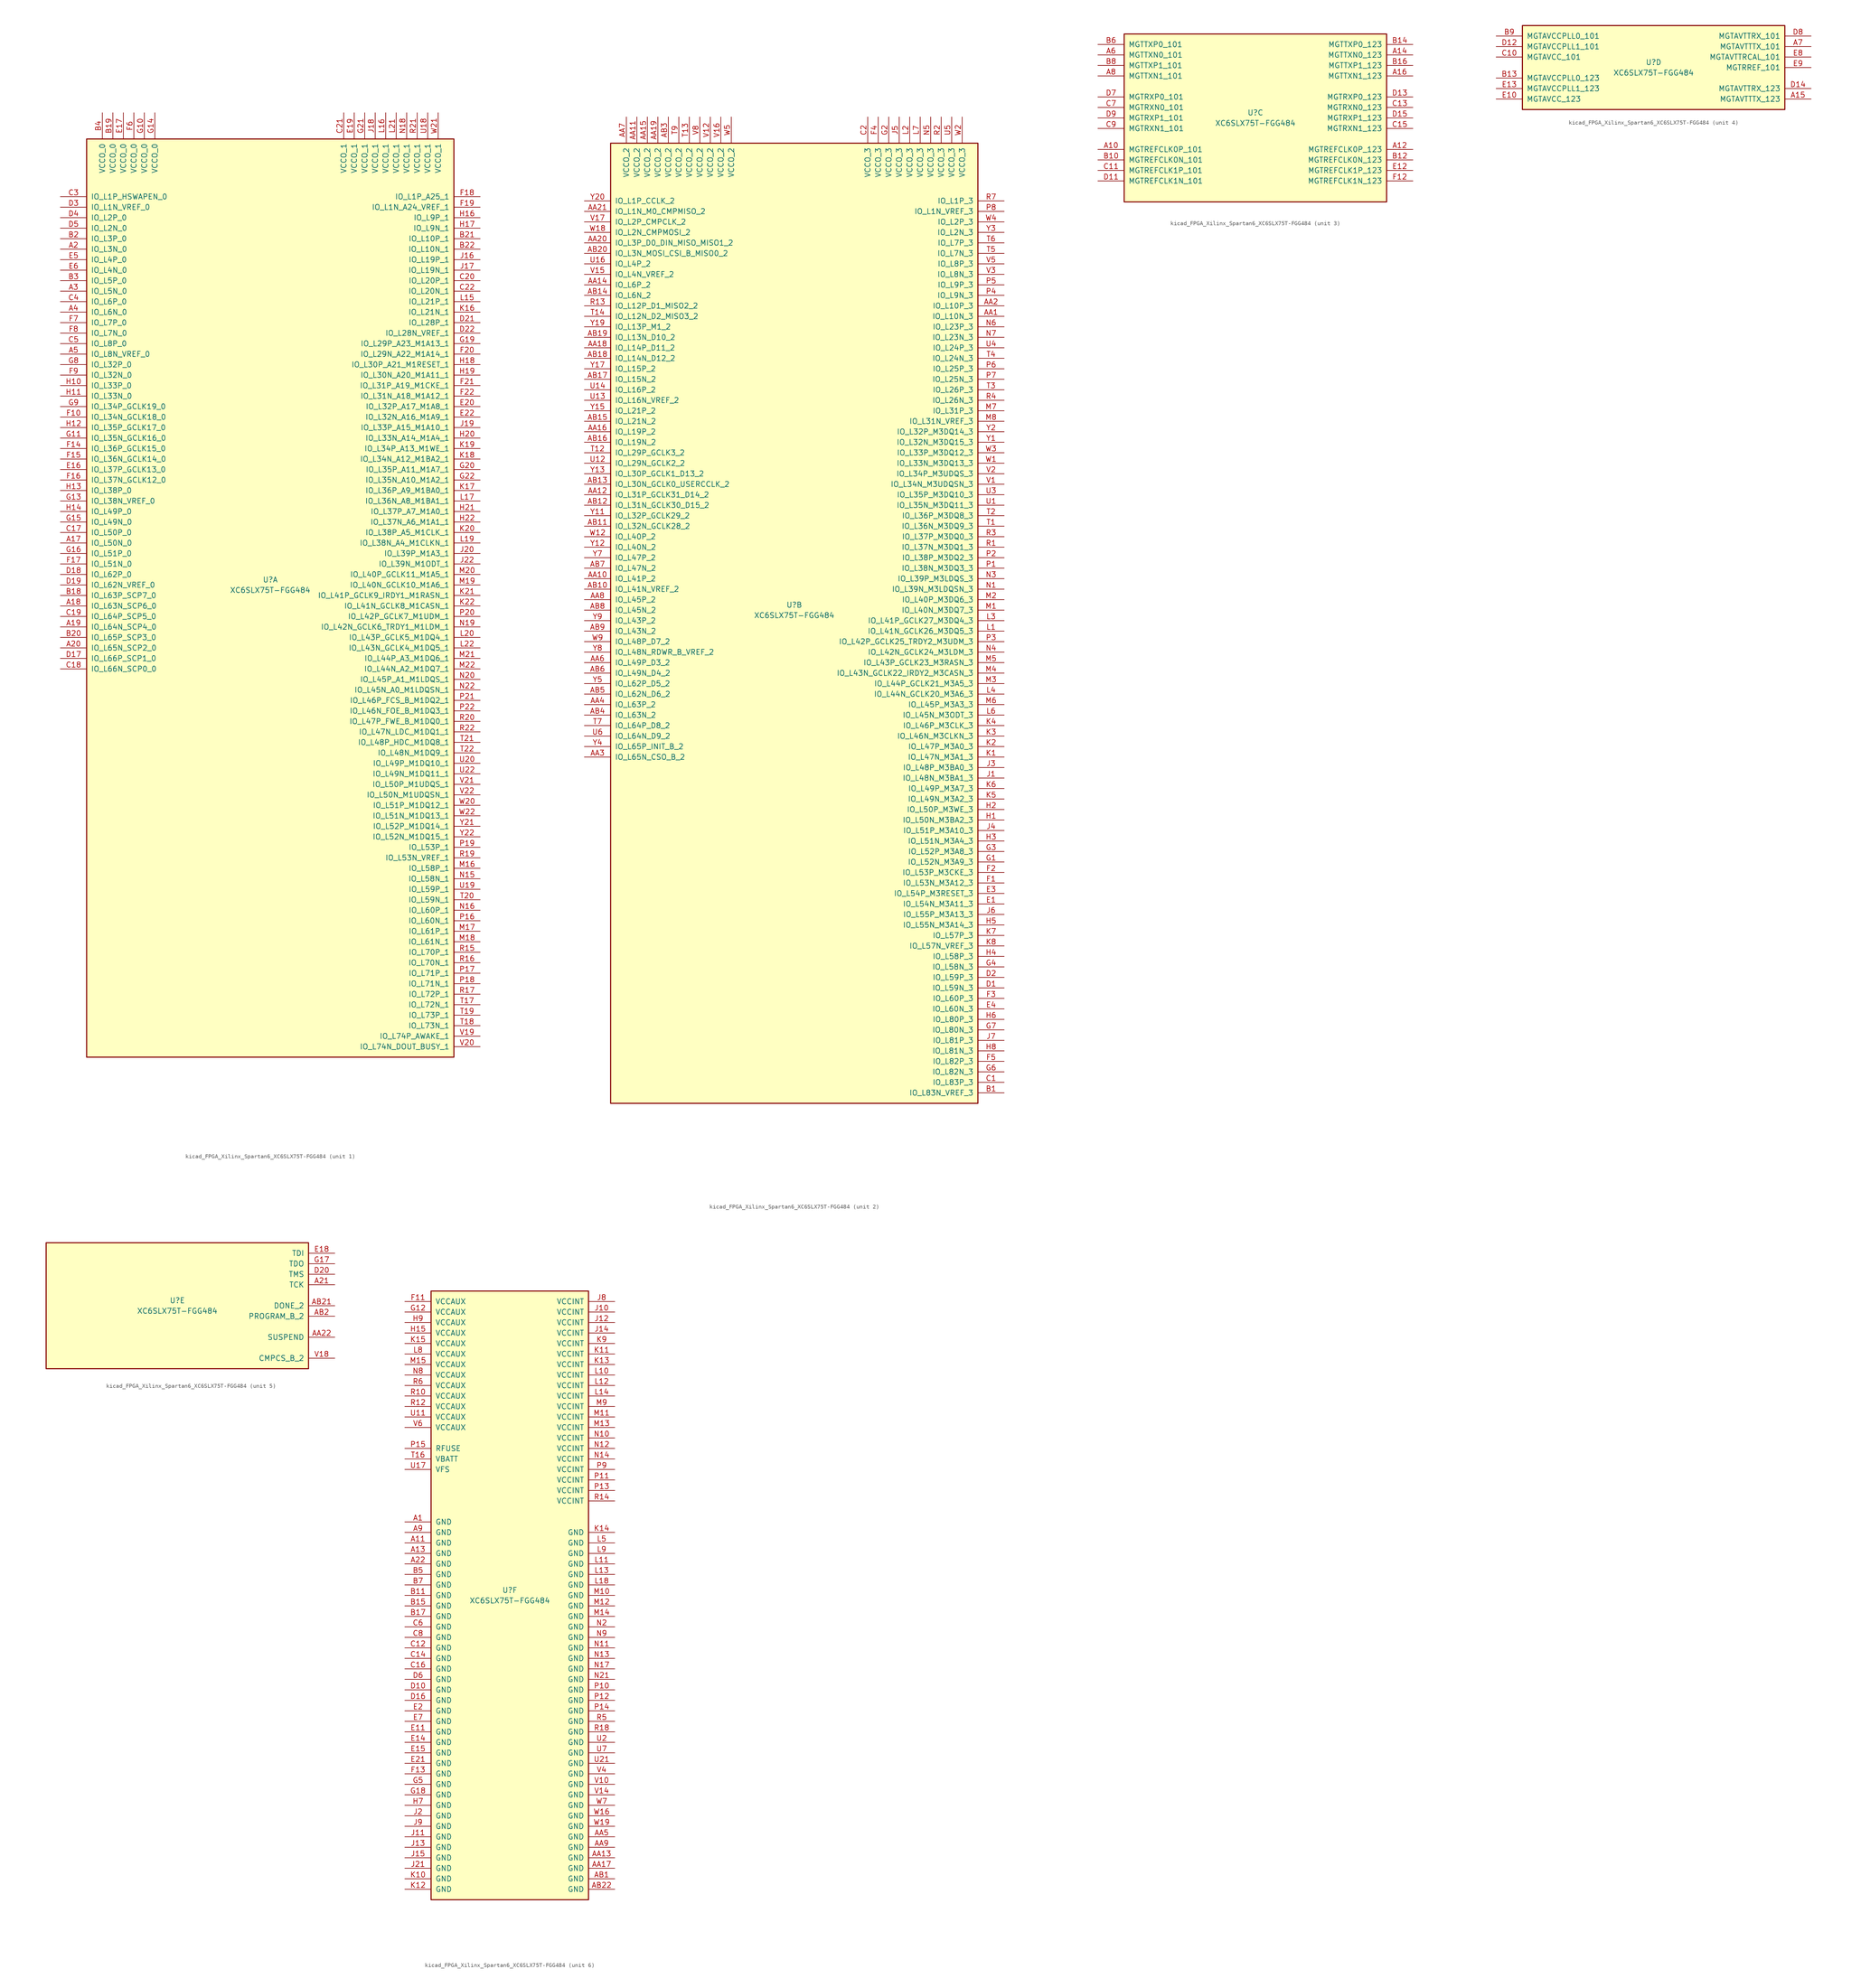
<source format=kicad_sym>
(kicad_symbol_lib
  (version 20220914)
  (generator kicad_symbol_editor)
  (symbol "kicad_FPGA_Xilinx_Spartan6_XC6SLX75T-FGG484"
    (pin_names
      (offset 1.016))
    (property "Reference" "U"
      (at 0 1.27 0)
      (effects (font (size 1.27 1.27))))
    (property "Value" "XC6SLX75T-FGG484"
      (at 0 -1.27 0)
      (effects (font (size 1.27 1.27))))
    (property "Datasheet" ""
      (at 0 0 0)
      (effects (font (size 1.27 1.27))))
    (property "ki_locked" ""
      (at 0 0 0)
      (effects (font (size 1.27 1.27))))
    (symbol "kicad_FPGA_Xilinx_Spartan6_XC6SLX75T-FGG484_1_1"
      (rectangle (start -44.45 107.95) (end 44.45 -114.3) (stroke (width 0.254) (type default)) (fill (type background)))
      (pin bidirectional line (at -50.8 10.16 0) (length 6.35) (name "IO_L50N_0" (effects (font (size 1.27 1.27)))) (number "A17" (effects (font (size 1.27 1.27)))))
      (pin bidirectional line (at -50.8 -5.08 0) (length 6.35) (name "IO_L63N_SCP6_0" (effects (font (size 1.27 1.27)))) (number "A18" (effects (font (size 1.27 1.27)))))
      (pin bidirectional line (at -50.8 -10.16 0) (length 6.35) (name "IO_L64N_SCP4_0" (effects (font (size 1.27 1.27)))) (number "A19" (effects (font (size 1.27 1.27)))))
      (pin bidirectional line (at -50.8 81.28 0) (length 6.35) (name "IO_L3N_0" (effects (font (size 1.27 1.27)))) (number "A2" (effects (font (size 1.27 1.27)))))
      (pin bidirectional line (at -50.8 -15.24 0) (length 6.35) (name "IO_L65N_SCP2_0" (effects (font (size 1.27 1.27)))) (number "A20" (effects (font (size 1.27 1.27)))))
      (pin bidirectional line (at -50.8 71.12 0) (length 6.35) (name "IO_L5N_0" (effects (font (size 1.27 1.27)))) (number "A3" (effects (font (size 1.27 1.27)))))
      (pin bidirectional line (at -50.8 66.04 0) (length 6.35) (name "IO_L6N_0" (effects (font (size 1.27 1.27)))) (number "A4" (effects (font (size 1.27 1.27)))))
      (pin bidirectional line (at -50.8 55.88 0) (length 6.35) (name "IO_L8N_VREF_0" (effects (font (size 1.27 1.27)))) (number "A5" (effects (font (size 1.27 1.27)))))
      (pin bidirectional line (at -50.8 -2.54 0) (length 6.35) (name "IO_L63P_SCP7_0" (effects (font (size 1.27 1.27)))) (number "B18" (effects (font (size 1.27 1.27)))))
      (pin power_in line (at -38.1 114.3 270) (length 6.35) (name "VCCO_0" (effects (font (size 1.27 1.27)))) (number "B19" (effects (font (size 1.27 1.27)))))
      (pin bidirectional line (at -50.8 83.82 0) (length 6.35) (name "IO_L3P_0" (effects (font (size 1.27 1.27)))) (number "B2" (effects (font (size 1.27 1.27)))))
      (pin bidirectional line (at -50.8 -12.7 0) (length 6.35) (name "IO_L65P_SCP3_0" (effects (font (size 1.27 1.27)))) (number "B20" (effects (font (size 1.27 1.27)))))
      (pin bidirectional line (at 50.8 83.82 180) (length 6.35) (name "IO_L10P_1" (effects (font (size 1.27 1.27)))) (number "B21" (effects (font (size 1.27 1.27)))))
      (pin bidirectional line (at 50.8 81.28 180) (length 6.35) (name "IO_L10N_1" (effects (font (size 1.27 1.27)))) (number "B22" (effects (font (size 1.27 1.27)))))
      (pin bidirectional line (at -50.8 73.66 0) (length 6.35) (name "IO_L5P_0" (effects (font (size 1.27 1.27)))) (number "B3" (effects (font (size 1.27 1.27)))))
      (pin power_in line (at -40.64 114.3 270) (length 6.35) (name "VCCO_0" (effects (font (size 1.27 1.27)))) (number "B4" (effects (font (size 1.27 1.27)))))
      (pin bidirectional line (at -50.8 12.7 0) (length 6.35) (name "IO_L50P_0" (effects (font (size 1.27 1.27)))) (number "C17" (effects (font (size 1.27 1.27)))))
      (pin bidirectional line (at -50.8 -20.32 0) (length 6.35) (name "IO_L66N_SCP0_0" (effects (font (size 1.27 1.27)))) (number "C18" (effects (font (size 1.27 1.27)))))
      (pin bidirectional line (at -50.8 -7.62 0) (length 6.35) (name "IO_L64P_SCP5_0" (effects (font (size 1.27 1.27)))) (number "C19" (effects (font (size 1.27 1.27)))))
      (pin bidirectional line (at 50.8 73.66 180) (length 6.35) (name "IO_L20P_1" (effects (font (size 1.27 1.27)))) (number "C20" (effects (font (size 1.27 1.27)))))
      (pin power_in line (at 17.78 114.3 270) (length 6.35) (name "VCCO_1" (effects (font (size 1.27 1.27)))) (number "C21" (effects (font (size 1.27 1.27)))))
      (pin bidirectional line (at 50.8 71.12 180) (length 6.35) (name "IO_L20N_1" (effects (font (size 1.27 1.27)))) (number "C22" (effects (font (size 1.27 1.27)))))
      (pin bidirectional line (at -50.8 93.98 0) (length 6.35) (name "IO_L1P_HSWAPEN_0" (effects (font (size 1.27 1.27)))) (number "C3" (effects (font (size 1.27 1.27)))))
      (pin bidirectional line (at -50.8 68.58 0) (length 6.35) (name "IO_L6P_0" (effects (font (size 1.27 1.27)))) (number "C4" (effects (font (size 1.27 1.27)))))
      (pin bidirectional line (at -50.8 58.42 0) (length 6.35) (name "IO_L8P_0" (effects (font (size 1.27 1.27)))) (number "C5" (effects (font (size 1.27 1.27)))))
      (pin bidirectional line (at -50.8 -17.78 0) (length 6.35) (name "IO_L66P_SCP1_0" (effects (font (size 1.27 1.27)))) (number "D17" (effects (font (size 1.27 1.27)))))
      (pin bidirectional line (at -50.8 2.54 0) (length 6.35) (name "IO_L62P_0" (effects (font (size 1.27 1.27)))) (number "D18" (effects (font (size 1.27 1.27)))))
      (pin bidirectional line (at -50.8 0 0) (length 6.35) (name "IO_L62N_VREF_0" (effects (font (size 1.27 1.27)))) (number "D19" (effects (font (size 1.27 1.27)))))
      (pin bidirectional line (at 50.8 63.5 180) (length 6.35) (name "IO_L28P_1" (effects (font (size 1.27 1.27)))) (number "D21" (effects (font (size 1.27 1.27)))))
      (pin bidirectional line (at 50.8 60.96 180) (length 6.35) (name "IO_L28N_VREF_1" (effects (font (size 1.27 1.27)))) (number "D22" (effects (font (size 1.27 1.27)))))
      (pin bidirectional line (at -50.8 91.44 0) (length 6.35) (name "IO_L1N_VREF_0" (effects (font (size 1.27 1.27)))) (number "D3" (effects (font (size 1.27 1.27)))))
      (pin bidirectional line (at -50.8 88.9 0) (length 6.35) (name "IO_L2P_0" (effects (font (size 1.27 1.27)))) (number "D4" (effects (font (size 1.27 1.27)))))
      (pin bidirectional line (at -50.8 86.36 0) (length 6.35) (name "IO_L2N_0" (effects (font (size 1.27 1.27)))) (number "D5" (effects (font (size 1.27 1.27)))))
      (pin bidirectional line (at -50.8 27.94 0) (length 6.35) (name "IO_L37P_GCLK13_0" (effects (font (size 1.27 1.27)))) (number "E16" (effects (font (size 1.27 1.27)))))
      (pin power_in line (at -35.56 114.3 270) (length 6.35) (name "VCCO_0" (effects (font (size 1.27 1.27)))) (number "E17" (effects (font (size 1.27 1.27)))))
      (pin power_in line (at 20.32 114.3 270) (length 6.35) (name "VCCO_1" (effects (font (size 1.27 1.27)))) (number "E19" (effects (font (size 1.27 1.27)))))
      (pin bidirectional line (at 50.8 43.18 180) (length 6.35) (name "IO_L32P_A17_M1A8_1" (effects (font (size 1.27 1.27)))) (number "E20" (effects (font (size 1.27 1.27)))))
      (pin bidirectional line (at 50.8 40.64 180) (length 6.35) (name "IO_L32N_A16_M1A9_1" (effects (font (size 1.27 1.27)))) (number "E22" (effects (font (size 1.27 1.27)))))
      (pin bidirectional line (at -50.8 78.74 0) (length 6.35) (name "IO_L4P_0" (effects (font (size 1.27 1.27)))) (number "E5" (effects (font (size 1.27 1.27)))))
      (pin bidirectional line (at -50.8 76.2 0) (length 6.35) (name "IO_L4N_0" (effects (font (size 1.27 1.27)))) (number "E6" (effects (font (size 1.27 1.27)))))
      (pin bidirectional line (at -50.8 40.64 0) (length 6.35) (name "IO_L34N_GCLK18_0" (effects (font (size 1.27 1.27)))) (number "F10" (effects (font (size 1.27 1.27)))))
      (pin bidirectional line (at -50.8 33.02 0) (length 6.35) (name "IO_L36P_GCLK15_0" (effects (font (size 1.27 1.27)))) (number "F14" (effects (font (size 1.27 1.27)))))
      (pin bidirectional line (at -50.8 30.48 0) (length 6.35) (name "IO_L36N_GCLK14_0" (effects (font (size 1.27 1.27)))) (number "F15" (effects (font (size 1.27 1.27)))))
      (pin bidirectional line (at -50.8 25.4 0) (length 6.35) (name "IO_L37N_GCLK12_0" (effects (font (size 1.27 1.27)))) (number "F16" (effects (font (size 1.27 1.27)))))
      (pin bidirectional line (at -50.8 5.08 0) (length 6.35) (name "IO_L51N_0" (effects (font (size 1.27 1.27)))) (number "F17" (effects (font (size 1.27 1.27)))))
      (pin bidirectional line (at 50.8 93.98 180) (length 6.35) (name "IO_L1P_A25_1" (effects (font (size 1.27 1.27)))) (number "F18" (effects (font (size 1.27 1.27)))))
      (pin bidirectional line (at 50.8 91.44 180) (length 6.35) (name "IO_L1N_A24_VREF_1" (effects (font (size 1.27 1.27)))) (number "F19" (effects (font (size 1.27 1.27)))))
      (pin bidirectional line (at 50.8 55.88 180) (length 6.35) (name "IO_L29N_A22_M1A14_1" (effects (font (size 1.27 1.27)))) (number "F20" (effects (font (size 1.27 1.27)))))
      (pin bidirectional line (at 50.8 48.26 180) (length 6.35) (name "IO_L31P_A19_M1CKE_1" (effects (font (size 1.27 1.27)))) (number "F21" (effects (font (size 1.27 1.27)))))
      (pin bidirectional line (at 50.8 45.72 180) (length 6.35) (name "IO_L31N_A18_M1A12_1" (effects (font (size 1.27 1.27)))) (number "F22" (effects (font (size 1.27 1.27)))))
      (pin power_in line (at -33.02 114.3 270) (length 6.35) (name "VCCO_0" (effects (font (size 1.27 1.27)))) (number "F6" (effects (font (size 1.27 1.27)))))
      (pin bidirectional line (at -50.8 63.5 0) (length 6.35) (name "IO_L7P_0" (effects (font (size 1.27 1.27)))) (number "F7" (effects (font (size 1.27 1.27)))))
      (pin bidirectional line (at -50.8 60.96 0) (length 6.35) (name "IO_L7N_0" (effects (font (size 1.27 1.27)))) (number "F8" (effects (font (size 1.27 1.27)))))
      (pin bidirectional line (at -50.8 50.8 0) (length 6.35) (name "IO_L32N_0" (effects (font (size 1.27 1.27)))) (number "F9" (effects (font (size 1.27 1.27)))))
      (pin power_in line (at -30.48 114.3 270) (length 6.35) (name "VCCO_0" (effects (font (size 1.27 1.27)))) (number "G10" (effects (font (size 1.27 1.27)))))
      (pin bidirectional line (at -50.8 35.56 0) (length 6.35) (name "IO_L35N_GCLK16_0" (effects (font (size 1.27 1.27)))) (number "G11" (effects (font (size 1.27 1.27)))))
      (pin bidirectional line (at -50.8 20.32 0) (length 6.35) (name "IO_L38N_VREF_0" (effects (font (size 1.27 1.27)))) (number "G13" (effects (font (size 1.27 1.27)))))
      (pin power_in line (at -27.94 114.3 270) (length 6.35) (name "VCCO_0" (effects (font (size 1.27 1.27)))) (number "G14" (effects (font (size 1.27 1.27)))))
      (pin bidirectional line (at -50.8 15.24 0) (length 6.35) (name "IO_L49N_0" (effects (font (size 1.27 1.27)))) (number "G15" (effects (font (size 1.27 1.27)))))
      (pin bidirectional line (at -50.8 7.62 0) (length 6.35) (name "IO_L51P_0" (effects (font (size 1.27 1.27)))) (number "G16" (effects (font (size 1.27 1.27)))))
      (pin bidirectional line (at 50.8 58.42 180) (length 6.35) (name "IO_L29P_A23_M1A13_1" (effects (font (size 1.27 1.27)))) (number "G19" (effects (font (size 1.27 1.27)))))
      (pin bidirectional line (at 50.8 27.94 180) (length 6.35) (name "IO_L35P_A11_M1A7_1" (effects (font (size 1.27 1.27)))) (number "G20" (effects (font (size 1.27 1.27)))))
      (pin power_in line (at 22.86 114.3 270) (length 6.35) (name "VCCO_1" (effects (font (size 1.27 1.27)))) (number "G21" (effects (font (size 1.27 1.27)))))
      (pin bidirectional line (at 50.8 25.4 180) (length 6.35) (name "IO_L35N_A10_M1A2_1" (effects (font (size 1.27 1.27)))) (number "G22" (effects (font (size 1.27 1.27)))))
      (pin bidirectional line (at -50.8 53.34 0) (length 6.35) (name "IO_L32P_0" (effects (font (size 1.27 1.27)))) (number "G8" (effects (font (size 1.27 1.27)))))
      (pin bidirectional line (at -50.8 43.18 0) (length 6.35) (name "IO_L34P_GCLK19_0" (effects (font (size 1.27 1.27)))) (number "G9" (effects (font (size 1.27 1.27)))))
      (pin bidirectional line (at -50.8 48.26 0) (length 6.35) (name "IO_L33P_0" (effects (font (size 1.27 1.27)))) (number "H10" (effects (font (size 1.27 1.27)))))
      (pin bidirectional line (at -50.8 45.72 0) (length 6.35) (name "IO_L33N_0" (effects (font (size 1.27 1.27)))) (number "H11" (effects (font (size 1.27 1.27)))))
      (pin bidirectional line (at -50.8 38.1 0) (length 6.35) (name "IO_L35P_GCLK17_0" (effects (font (size 1.27 1.27)))) (number "H12" (effects (font (size 1.27 1.27)))))
      (pin bidirectional line (at -50.8 22.86 0) (length 6.35) (name "IO_L38P_0" (effects (font (size 1.27 1.27)))) (number "H13" (effects (font (size 1.27 1.27)))))
      (pin bidirectional line (at -50.8 17.78 0) (length 6.35) (name "IO_L49P_0" (effects (font (size 1.27 1.27)))) (number "H14" (effects (font (size 1.27 1.27)))))
      (pin bidirectional line (at 50.8 88.9 180) (length 6.35) (name "IO_L9P_1" (effects (font (size 1.27 1.27)))) (number "H16" (effects (font (size 1.27 1.27)))))
      (pin bidirectional line (at 50.8 86.36 180) (length 6.35) (name "IO_L9N_1" (effects (font (size 1.27 1.27)))) (number "H17" (effects (font (size 1.27 1.27)))))
      (pin bidirectional line (at 50.8 53.34 180) (length 6.35) (name "IO_L30P_A21_M1RESET_1" (effects (font (size 1.27 1.27)))) (number "H18" (effects (font (size 1.27 1.27)))))
      (pin bidirectional line (at 50.8 50.8 180) (length 6.35) (name "IO_L30N_A20_M1A11_1" (effects (font (size 1.27 1.27)))) (number "H19" (effects (font (size 1.27 1.27)))))
      (pin bidirectional line (at 50.8 35.56 180) (length 6.35) (name "IO_L33N_A14_M1A4_1" (effects (font (size 1.27 1.27)))) (number "H20" (effects (font (size 1.27 1.27)))))
      (pin bidirectional line (at 50.8 17.78 180) (length 6.35) (name "IO_L37P_A7_M1A0_1" (effects (font (size 1.27 1.27)))) (number "H21" (effects (font (size 1.27 1.27)))))
      (pin bidirectional line (at 50.8 15.24 180) (length 6.35) (name "IO_L37N_A6_M1A1_1" (effects (font (size 1.27 1.27)))) (number "H22" (effects (font (size 1.27 1.27)))))
      (pin bidirectional line (at 50.8 78.74 180) (length 6.35) (name "IO_L19P_1" (effects (font (size 1.27 1.27)))) (number "J16" (effects (font (size 1.27 1.27)))))
      (pin bidirectional line (at 50.8 76.2 180) (length 6.35) (name "IO_L19N_1" (effects (font (size 1.27 1.27)))) (number "J17" (effects (font (size 1.27 1.27)))))
      (pin power_in line (at 25.4 114.3 270) (length 6.35) (name "VCCO_1" (effects (font (size 1.27 1.27)))) (number "J18" (effects (font (size 1.27 1.27)))))
      (pin bidirectional line (at 50.8 38.1 180) (length 6.35) (name "IO_L33P_A15_M1A10_1" (effects (font (size 1.27 1.27)))) (number "J19" (effects (font (size 1.27 1.27)))))
      (pin bidirectional line (at 50.8 7.62 180) (length 6.35) (name "IO_L39P_M1A3_1" (effects (font (size 1.27 1.27)))) (number "J20" (effects (font (size 1.27 1.27)))))
      (pin bidirectional line (at 50.8 5.08 180) (length 6.35) (name "IO_L39N_M1ODT_1" (effects (font (size 1.27 1.27)))) (number "J22" (effects (font (size 1.27 1.27)))))
      (pin bidirectional line (at 50.8 66.04 180) (length 6.35) (name "IO_L21N_1" (effects (font (size 1.27 1.27)))) (number "K16" (effects (font (size 1.27 1.27)))))
      (pin bidirectional line (at 50.8 22.86 180) (length 6.35) (name "IO_L36P_A9_M1BA0_1" (effects (font (size 1.27 1.27)))) (number "K17" (effects (font (size 1.27 1.27)))))
      (pin bidirectional line (at 50.8 30.48 180) (length 6.35) (name "IO_L34N_A12_M1BA2_1" (effects (font (size 1.27 1.27)))) (number "K18" (effects (font (size 1.27 1.27)))))
      (pin bidirectional line (at 50.8 33.02 180) (length 6.35) (name "IO_L34P_A13_M1WE_1" (effects (font (size 1.27 1.27)))) (number "K19" (effects (font (size 1.27 1.27)))))
      (pin bidirectional line (at 50.8 12.7 180) (length 6.35) (name "IO_L38P_A5_M1CLK_1" (effects (font (size 1.27 1.27)))) (number "K20" (effects (font (size 1.27 1.27)))))
      (pin bidirectional line (at 50.8 -2.54 180) (length 6.35) (name "IO_L41P_GCLK9_IRDY1_M1RASN_1" (effects (font (size 1.27 1.27)))) (number "K21" (effects (font (size 1.27 1.27)))))
      (pin bidirectional line (at 50.8 -5.08 180) (length 6.35) (name "IO_L41N_GCLK8_M1CASN_1" (effects (font (size 1.27 1.27)))) (number "K22" (effects (font (size 1.27 1.27)))))
      (pin bidirectional line (at 50.8 68.58 180) (length 6.35) (name "IO_L21P_1" (effects (font (size 1.27 1.27)))) (number "L15" (effects (font (size 1.27 1.27)))))
      (pin power_in line (at 27.94 114.3 270) (length 6.35) (name "VCCO_1" (effects (font (size 1.27 1.27)))) (number "L16" (effects (font (size 1.27 1.27)))))
      (pin bidirectional line (at 50.8 20.32 180) (length 6.35) (name "IO_L36N_A8_M1BA1_1" (effects (font (size 1.27 1.27)))) (number "L17" (effects (font (size 1.27 1.27)))))
      (pin bidirectional line (at 50.8 10.16 180) (length 6.35) (name "IO_L38N_A4_M1CLKN_1" (effects (font (size 1.27 1.27)))) (number "L19" (effects (font (size 1.27 1.27)))))
      (pin bidirectional line (at 50.8 -12.7 180) (length 6.35) (name "IO_L43P_GCLK5_M1DQ4_1" (effects (font (size 1.27 1.27)))) (number "L20" (effects (font (size 1.27 1.27)))))
      (pin power_in line (at 30.48 114.3 270) (length 6.35) (name "VCCO_1" (effects (font (size 1.27 1.27)))) (number "L21" (effects (font (size 1.27 1.27)))))
      (pin bidirectional line (at 50.8 -15.24 180) (length 6.35) (name "IO_L43N_GCLK4_M1DQ5_1" (effects (font (size 1.27 1.27)))) (number "L22" (effects (font (size 1.27 1.27)))))
      (pin bidirectional line (at 50.8 -68.58 180) (length 6.35) (name "IO_L58P_1" (effects (font (size 1.27 1.27)))) (number "M16" (effects (font (size 1.27 1.27)))))
      (pin bidirectional line (at 50.8 -83.82 180) (length 6.35) (name "IO_L61P_1" (effects (font (size 1.27 1.27)))) (number "M17" (effects (font (size 1.27 1.27)))))
      (pin bidirectional line (at 50.8 -86.36 180) (length 6.35) (name "IO_L61N_1" (effects (font (size 1.27 1.27)))) (number "M18" (effects (font (size 1.27 1.27)))))
      (pin bidirectional line (at 50.8 0 180) (length 6.35) (name "IO_L40N_GCLK10_M1A6_1" (effects (font (size 1.27 1.27)))) (number "M19" (effects (font (size 1.27 1.27)))))
      (pin bidirectional line (at 50.8 2.54 180) (length 6.35) (name "IO_L40P_GCLK11_M1A5_1" (effects (font (size 1.27 1.27)))) (number "M20" (effects (font (size 1.27 1.27)))))
      (pin bidirectional line (at 50.8 -17.78 180) (length 6.35) (name "IO_L44P_A3_M1DQ6_1" (effects (font (size 1.27 1.27)))) (number "M21" (effects (font (size 1.27 1.27)))))
      (pin bidirectional line (at 50.8 -20.32 180) (length 6.35) (name "IO_L44N_A2_M1DQ7_1" (effects (font (size 1.27 1.27)))) (number "M22" (effects (font (size 1.27 1.27)))))
      (pin bidirectional line (at 50.8 -71.12 180) (length 6.35) (name "IO_L58N_1" (effects (font (size 1.27 1.27)))) (number "N15" (effects (font (size 1.27 1.27)))))
      (pin bidirectional line (at 50.8 -78.74 180) (length 6.35) (name "IO_L60P_1" (effects (font (size 1.27 1.27)))) (number "N16" (effects (font (size 1.27 1.27)))))
      (pin power_in line (at 33.02 114.3 270) (length 6.35) (name "VCCO_1" (effects (font (size 1.27 1.27)))) (number "N18" (effects (font (size 1.27 1.27)))))
      (pin bidirectional line (at 50.8 -10.16 180) (length 6.35) (name "IO_L42N_GCLK6_TRDY1_M1LDM_1" (effects (font (size 1.27 1.27)))) (number "N19" (effects (font (size 1.27 1.27)))))
      (pin bidirectional line (at 50.8 -22.86 180) (length 6.35) (name "IO_L45P_A1_M1LDQS_1" (effects (font (size 1.27 1.27)))) (number "N20" (effects (font (size 1.27 1.27)))))
      (pin bidirectional line (at 50.8 -25.4 180) (length 6.35) (name "IO_L45N_A0_M1LDQSN_1" (effects (font (size 1.27 1.27)))) (number "N22" (effects (font (size 1.27 1.27)))))
      (pin bidirectional line (at 50.8 -81.28 180) (length 6.35) (name "IO_L60N_1" (effects (font (size 1.27 1.27)))) (number "P16" (effects (font (size 1.27 1.27)))))
      (pin bidirectional line (at 50.8 -93.98 180) (length 6.35) (name "IO_L71P_1" (effects (font (size 1.27 1.27)))) (number "P17" (effects (font (size 1.27 1.27)))))
      (pin bidirectional line (at 50.8 -96.52 180) (length 6.35) (name "IO_L71N_1" (effects (font (size 1.27 1.27)))) (number "P18" (effects (font (size 1.27 1.27)))))
      (pin bidirectional line (at 50.8 -63.5 180) (length 6.35) (name "IO_L53P_1" (effects (font (size 1.27 1.27)))) (number "P19" (effects (font (size 1.27 1.27)))))
      (pin bidirectional line (at 50.8 -7.62 180) (length 6.35) (name "IO_L42P_GCLK7_M1UDM_1" (effects (font (size 1.27 1.27)))) (number "P20" (effects (font (size 1.27 1.27)))))
      (pin bidirectional line (at 50.8 -27.94 180) (length 6.35) (name "IO_L46P_FCS_B_M1DQ2_1" (effects (font (size 1.27 1.27)))) (number "P21" (effects (font (size 1.27 1.27)))))
      (pin bidirectional line (at 50.8 -30.48 180) (length 6.35) (name "IO_L46N_FOE_B_M1DQ3_1" (effects (font (size 1.27 1.27)))) (number "P22" (effects (font (size 1.27 1.27)))))
      (pin bidirectional line (at 50.8 -88.9 180) (length 6.35) (name "IO_L70P_1" (effects (font (size 1.27 1.27)))) (number "R15" (effects (font (size 1.27 1.27)))))
      (pin bidirectional line (at 50.8 -91.44 180) (length 6.35) (name "IO_L70N_1" (effects (font (size 1.27 1.27)))) (number "R16" (effects (font (size 1.27 1.27)))))
      (pin bidirectional line (at 50.8 -99.06 180) (length 6.35) (name "IO_L72P_1" (effects (font (size 1.27 1.27)))) (number "R17" (effects (font (size 1.27 1.27)))))
      (pin bidirectional line (at 50.8 -66.04 180) (length 6.35) (name "IO_L53N_VREF_1" (effects (font (size 1.27 1.27)))) (number "R19" (effects (font (size 1.27 1.27)))))
      (pin bidirectional line (at 50.8 -33.02 180) (length 6.35) (name "IO_L47P_FWE_B_M1DQ0_1" (effects (font (size 1.27 1.27)))) (number "R20" (effects (font (size 1.27 1.27)))))
      (pin power_in line (at 35.56 114.3 270) (length 6.35) (name "VCCO_1" (effects (font (size 1.27 1.27)))) (number "R21" (effects (font (size 1.27 1.27)))))
      (pin bidirectional line (at 50.8 -35.56 180) (length 6.35) (name "IO_L47N_LDC_M1DQ1_1" (effects (font (size 1.27 1.27)))) (number "R22" (effects (font (size 1.27 1.27)))))
      (pin bidirectional line (at 50.8 -101.6 180) (length 6.35) (name "IO_L72N_1" (effects (font (size 1.27 1.27)))) (number "T17" (effects (font (size 1.27 1.27)))))
      (pin bidirectional line (at 50.8 -106.68 180) (length 6.35) (name "IO_L73N_1" (effects (font (size 1.27 1.27)))) (number "T18" (effects (font (size 1.27 1.27)))))
      (pin bidirectional line (at 50.8 -104.14 180) (length 6.35) (name "IO_L73P_1" (effects (font (size 1.27 1.27)))) (number "T19" (effects (font (size 1.27 1.27)))))
      (pin bidirectional line (at 50.8 -76.2 180) (length 6.35) (name "IO_L59N_1" (effects (font (size 1.27 1.27)))) (number "T20" (effects (font (size 1.27 1.27)))))
      (pin bidirectional line (at 50.8 -38.1 180) (length 6.35) (name "IO_L48P_HDC_M1DQ8_1" (effects (font (size 1.27 1.27)))) (number "T21" (effects (font (size 1.27 1.27)))))
      (pin bidirectional line (at 50.8 -40.64 180) (length 6.35) (name "IO_L48N_M1DQ9_1" (effects (font (size 1.27 1.27)))) (number "T22" (effects (font (size 1.27 1.27)))))
      (pin power_in line (at 38.1 114.3 270) (length 6.35) (name "VCCO_1" (effects (font (size 1.27 1.27)))) (number "U18" (effects (font (size 1.27 1.27)))))
      (pin bidirectional line (at 50.8 -73.66 180) (length 6.35) (name "IO_L59P_1" (effects (font (size 1.27 1.27)))) (number "U19" (effects (font (size 1.27 1.27)))))
      (pin bidirectional line (at 50.8 -43.18 180) (length 6.35) (name "IO_L49P_M1DQ10_1" (effects (font (size 1.27 1.27)))) (number "U20" (effects (font (size 1.27 1.27)))))
      (pin bidirectional line (at 50.8 -45.72 180) (length 6.35) (name "IO_L49N_M1DQ11_1" (effects (font (size 1.27 1.27)))) (number "U22" (effects (font (size 1.27 1.27)))))
      (pin bidirectional line (at 50.8 -109.22 180) (length 6.35) (name "IO_L74P_AWAKE_1" (effects (font (size 1.27 1.27)))) (number "V19" (effects (font (size 1.27 1.27)))))
      (pin bidirectional line (at 50.8 -111.76 180) (length 6.35) (name "IO_L74N_DOUT_BUSY_1" (effects (font (size 1.27 1.27)))) (number "V20" (effects (font (size 1.27 1.27)))))
      (pin bidirectional line (at 50.8 -48.26 180) (length 6.35) (name "IO_L50P_M1UDQS_1" (effects (font (size 1.27 1.27)))) (number "V21" (effects (font (size 1.27 1.27)))))
      (pin bidirectional line (at 50.8 -50.8 180) (length 6.35) (name "IO_L50N_M1UDQSN_1" (effects (font (size 1.27 1.27)))) (number "V22" (effects (font (size 1.27 1.27)))))
      (pin bidirectional line (at 50.8 -53.34 180) (length 6.35) (name "IO_L51P_M1DQ12_1" (effects (font (size 1.27 1.27)))) (number "W20" (effects (font (size 1.27 1.27)))))
      (pin power_in line (at 40.64 114.3 270) (length 6.35) (name "VCCO_1" (effects (font (size 1.27 1.27)))) (number "W21" (effects (font (size 1.27 1.27)))))
      (pin bidirectional line (at 50.8 -55.88 180) (length 6.35) (name "IO_L51N_M1DQ13_1" (effects (font (size 1.27 1.27)))) (number "W22" (effects (font (size 1.27 1.27)))))
      (pin bidirectional line (at 50.8 -58.42 180) (length 6.35) (name "IO_L52P_M1DQ14_1" (effects (font (size 1.27 1.27)))) (number "Y21" (effects (font (size 1.27 1.27)))))
      (pin bidirectional line (at 50.8 -60.96 180) (length 6.35) (name "IO_L52N_M1DQ15_1" (effects (font (size 1.27 1.27)))) (number "Y22" (effects (font (size 1.27 1.27))))))
    (symbol "kicad_FPGA_Xilinx_Spartan6_XC6SLX75T-FGG484_2_1"
      (rectangle (start -44.45 113.03) (end 44.45 -119.38) (stroke (width 0.254) (type default)) (fill (type background)))
      (pin bidirectional line (at 50.8 71.12 180) (length 6.35) (name "IO_L10N_3" (effects (font (size 1.27 1.27)))) (number "AA1" (effects (font (size 1.27 1.27)))))
      (pin bidirectional line (at -50.8 7.62 0) (length 6.35) (name "IO_L41P_2" (effects (font (size 1.27 1.27)))) (number "AA10" (effects (font (size 1.27 1.27)))))
      (pin power_in line (at -38.1 119.38 270) (length 6.35) (name "VCCO_2" (effects (font (size 1.27 1.27)))) (number "AA11" (effects (font (size 1.27 1.27)))))
      (pin bidirectional line (at -50.8 27.94 0) (length 6.35) (name "IO_L31P_GCLK31_D14_2" (effects (font (size 1.27 1.27)))) (number "AA12" (effects (font (size 1.27 1.27)))))
      (pin bidirectional line (at -50.8 78.74 0) (length 6.35) (name "IO_L6P_2" (effects (font (size 1.27 1.27)))) (number "AA14" (effects (font (size 1.27 1.27)))))
      (pin power_in line (at -35.56 119.38 270) (length 6.35) (name "VCCO_2" (effects (font (size 1.27 1.27)))) (number "AA15" (effects (font (size 1.27 1.27)))))
      (pin bidirectional line (at -50.8 43.18 0) (length 6.35) (name "IO_L19P_2" (effects (font (size 1.27 1.27)))) (number "AA16" (effects (font (size 1.27 1.27)))))
      (pin bidirectional line (at -50.8 63.5 0) (length 6.35) (name "IO_L14P_D11_2" (effects (font (size 1.27 1.27)))) (number "AA18" (effects (font (size 1.27 1.27)))))
      (pin power_in line (at -33.02 119.38 270) (length 6.35) (name "VCCO_2" (effects (font (size 1.27 1.27)))) (number "AA19" (effects (font (size 1.27 1.27)))))
      (pin bidirectional line (at 50.8 73.66 180) (length 6.35) (name "IO_L10P_3" (effects (font (size 1.27 1.27)))) (number "AA2" (effects (font (size 1.27 1.27)))))
      (pin bidirectional line (at -50.8 88.9 0) (length 6.35) (name "IO_L3P_D0_DIN_MISO_MISO1_2" (effects (font (size 1.27 1.27)))) (number "AA20" (effects (font (size 1.27 1.27)))))
      (pin bidirectional line (at -50.8 96.52 0) (length 6.35) (name "IO_L1N_M0_CMPMISO_2" (effects (font (size 1.27 1.27)))) (number "AA21" (effects (font (size 1.27 1.27)))))
      (pin bidirectional line (at -50.8 -35.56 0) (length 6.35) (name "IO_L65N_CSO_B_2" (effects (font (size 1.27 1.27)))) (number "AA3" (effects (font (size 1.27 1.27)))))
      (pin bidirectional line (at -50.8 -22.86 0) (length 6.35) (name "IO_L63P_2" (effects (font (size 1.27 1.27)))) (number "AA4" (effects (font (size 1.27 1.27)))))
      (pin bidirectional line (at -50.8 -12.7 0) (length 6.35) (name "IO_L49P_D3_2" (effects (font (size 1.27 1.27)))) (number "AA6" (effects (font (size 1.27 1.27)))))
      (pin power_in line (at -40.64 119.38 270) (length 6.35) (name "VCCO_2" (effects (font (size 1.27 1.27)))) (number "AA7" (effects (font (size 1.27 1.27)))))
      (pin bidirectional line (at -50.8 2.54 0) (length 6.35) (name "IO_L45P_2" (effects (font (size 1.27 1.27)))) (number "AA8" (effects (font (size 1.27 1.27)))))
      (pin bidirectional line (at -50.8 5.08 0) (length 6.35) (name "IO_L41N_VREF_2" (effects (font (size 1.27 1.27)))) (number "AB10" (effects (font (size 1.27 1.27)))))
      (pin bidirectional line (at -50.8 20.32 0) (length 6.35) (name "IO_L32N_GCLK28_2" (effects (font (size 1.27 1.27)))) (number "AB11" (effects (font (size 1.27 1.27)))))
      (pin bidirectional line (at -50.8 25.4 0) (length 6.35) (name "IO_L31N_GCLK30_D15_2" (effects (font (size 1.27 1.27)))) (number "AB12" (effects (font (size 1.27 1.27)))))
      (pin bidirectional line (at -50.8 30.48 0) (length 6.35) (name "IO_L30N_GCLK0_USERCCLK_2" (effects (font (size 1.27 1.27)))) (number "AB13" (effects (font (size 1.27 1.27)))))
      (pin bidirectional line (at -50.8 76.2 0) (length 6.35) (name "IO_L6N_2" (effects (font (size 1.27 1.27)))) (number "AB14" (effects (font (size 1.27 1.27)))))
      (pin bidirectional line (at -50.8 45.72 0) (length 6.35) (name "IO_L21N_2" (effects (font (size 1.27 1.27)))) (number "AB15" (effects (font (size 1.27 1.27)))))
      (pin bidirectional line (at -50.8 40.64 0) (length 6.35) (name "IO_L19N_2" (effects (font (size 1.27 1.27)))) (number "AB16" (effects (font (size 1.27 1.27)))))
      (pin bidirectional line (at -50.8 55.88 0) (length 6.35) (name "IO_L15N_2" (effects (font (size 1.27 1.27)))) (number "AB17" (effects (font (size 1.27 1.27)))))
      (pin bidirectional line (at -50.8 60.96 0) (length 6.35) (name "IO_L14N_D12_2" (effects (font (size 1.27 1.27)))) (number "AB18" (effects (font (size 1.27 1.27)))))
      (pin bidirectional line (at -50.8 66.04 0) (length 6.35) (name "IO_L13N_D10_2" (effects (font (size 1.27 1.27)))) (number "AB19" (effects (font (size 1.27 1.27)))))
      (pin bidirectional line (at -50.8 86.36 0) (length 6.35) (name "IO_L3N_MOSI_CSI_B_MISO0_2" (effects (font (size 1.27 1.27)))) (number "AB20" (effects (font (size 1.27 1.27)))))
      (pin power_in line (at -30.48 119.38 270) (length 6.35) (name "VCCO_2" (effects (font (size 1.27 1.27)))) (number "AB3" (effects (font (size 1.27 1.27)))))
      (pin bidirectional line (at -50.8 -25.4 0) (length 6.35) (name "IO_L63N_2" (effects (font (size 1.27 1.27)))) (number "AB4" (effects (font (size 1.27 1.27)))))
      (pin bidirectional line (at -50.8 -20.32 0) (length 6.35) (name "IO_L62N_D6_2" (effects (font (size 1.27 1.27)))) (number "AB5" (effects (font (size 1.27 1.27)))))
      (pin bidirectional line (at -50.8 -15.24 0) (length 6.35) (name "IO_L49N_D4_2" (effects (font (size 1.27 1.27)))) (number "AB6" (effects (font (size 1.27 1.27)))))
      (pin bidirectional line (at -50.8 10.16 0) (length 6.35) (name "IO_L47N_2" (effects (font (size 1.27 1.27)))) (number "AB7" (effects (font (size 1.27 1.27)))))
      (pin bidirectional line (at -50.8 0 0) (length 6.35) (name "IO_L45N_2" (effects (font (size 1.27 1.27)))) (number "AB8" (effects (font (size 1.27 1.27)))))
      (pin bidirectional line (at -50.8 -5.08 0) (length 6.35) (name "IO_L43N_2" (effects (font (size 1.27 1.27)))) (number "AB9" (effects (font (size 1.27 1.27)))))
      (pin bidirectional line (at 50.8 -116.84 180) (length 6.35) (name "IO_L83N_VREF_3" (effects (font (size 1.27 1.27)))) (number "B1" (effects (font (size 1.27 1.27)))))
      (pin bidirectional line (at 50.8 -114.3 180) (length 6.35) (name "IO_L83P_3" (effects (font (size 1.27 1.27)))) (number "C1" (effects (font (size 1.27 1.27)))))
      (pin power_in line (at 17.78 119.38 270) (length 6.35) (name "VCCO_3" (effects (font (size 1.27 1.27)))) (number "C2" (effects (font (size 1.27 1.27)))))
      (pin bidirectional line (at 50.8 -91.44 180) (length 6.35) (name "IO_L59N_3" (effects (font (size 1.27 1.27)))) (number "D1" (effects (font (size 1.27 1.27)))))
      (pin bidirectional line (at 50.8 -88.9 180) (length 6.35) (name "IO_L59P_3" (effects (font (size 1.27 1.27)))) (number "D2" (effects (font (size 1.27 1.27)))))
      (pin bidirectional line (at 50.8 -71.12 180) (length 6.35) (name "IO_L54N_M3A11_3" (effects (font (size 1.27 1.27)))) (number "E1" (effects (font (size 1.27 1.27)))))
      (pin bidirectional line (at 50.8 -68.58 180) (length 6.35) (name "IO_L54P_M3RESET_3" (effects (font (size 1.27 1.27)))) (number "E3" (effects (font (size 1.27 1.27)))))
      (pin bidirectional line (at 50.8 -96.52 180) (length 6.35) (name "IO_L60N_3" (effects (font (size 1.27 1.27)))) (number "E4" (effects (font (size 1.27 1.27)))))
      (pin bidirectional line (at 50.8 -66.04 180) (length 6.35) (name "IO_L53N_M3A12_3" (effects (font (size 1.27 1.27)))) (number "F1" (effects (font (size 1.27 1.27)))))
      (pin bidirectional line (at 50.8 -63.5 180) (length 6.35) (name "IO_L53P_M3CKE_3" (effects (font (size 1.27 1.27)))) (number "F2" (effects (font (size 1.27 1.27)))))
      (pin bidirectional line (at 50.8 -93.98 180) (length 6.35) (name "IO_L60P_3" (effects (font (size 1.27 1.27)))) (number "F3" (effects (font (size 1.27 1.27)))))
      (pin power_in line (at 20.32 119.38 270) (length 6.35) (name "VCCO_3" (effects (font (size 1.27 1.27)))) (number "F4" (effects (font (size 1.27 1.27)))))
      (pin bidirectional line (at 50.8 -109.22 180) (length 6.35) (name "IO_L82P_3" (effects (font (size 1.27 1.27)))) (number "F5" (effects (font (size 1.27 1.27)))))
      (pin bidirectional line (at 50.8 -60.96 180) (length 6.35) (name "IO_L52N_M3A9_3" (effects (font (size 1.27 1.27)))) (number "G1" (effects (font (size 1.27 1.27)))))
      (pin power_in line (at 22.86 119.38 270) (length 6.35) (name "VCCO_3" (effects (font (size 1.27 1.27)))) (number "G2" (effects (font (size 1.27 1.27)))))
      (pin bidirectional line (at 50.8 -58.42 180) (length 6.35) (name "IO_L52P_M3A8_3" (effects (font (size 1.27 1.27)))) (number "G3" (effects (font (size 1.27 1.27)))))
      (pin bidirectional line (at 50.8 -86.36 180) (length 6.35) (name "IO_L58N_3" (effects (font (size 1.27 1.27)))) (number "G4" (effects (font (size 1.27 1.27)))))
      (pin bidirectional line (at 50.8 -111.76 180) (length 6.35) (name "IO_L82N_3" (effects (font (size 1.27 1.27)))) (number "G6" (effects (font (size 1.27 1.27)))))
      (pin bidirectional line (at 50.8 -101.6 180) (length 6.35) (name "IO_L80N_3" (effects (font (size 1.27 1.27)))) (number "G7" (effects (font (size 1.27 1.27)))))
      (pin bidirectional line (at 50.8 -50.8 180) (length 6.35) (name "IO_L50N_M3BA2_3" (effects (font (size 1.27 1.27)))) (number "H1" (effects (font (size 1.27 1.27)))))
      (pin bidirectional line (at 50.8 -48.26 180) (length 6.35) (name "IO_L50P_M3WE_3" (effects (font (size 1.27 1.27)))) (number "H2" (effects (font (size 1.27 1.27)))))
      (pin bidirectional line (at 50.8 -55.88 180) (length 6.35) (name "IO_L51N_M3A4_3" (effects (font (size 1.27 1.27)))) (number "H3" (effects (font (size 1.27 1.27)))))
      (pin bidirectional line (at 50.8 -83.82 180) (length 6.35) (name "IO_L58P_3" (effects (font (size 1.27 1.27)))) (number "H4" (effects (font (size 1.27 1.27)))))
      (pin bidirectional line (at 50.8 -76.2 180) (length 6.35) (name "IO_L55N_M3A14_3" (effects (font (size 1.27 1.27)))) (number "H5" (effects (font (size 1.27 1.27)))))
      (pin bidirectional line (at 50.8 -99.06 180) (length 6.35) (name "IO_L80P_3" (effects (font (size 1.27 1.27)))) (number "H6" (effects (font (size 1.27 1.27)))))
      (pin bidirectional line (at 50.8 -106.68 180) (length 6.35) (name "IO_L81N_3" (effects (font (size 1.27 1.27)))) (number "H8" (effects (font (size 1.27 1.27)))))
      (pin bidirectional line (at 50.8 -40.64 180) (length 6.35) (name "IO_L48N_M3BA1_3" (effects (font (size 1.27 1.27)))) (number "J1" (effects (font (size 1.27 1.27)))))
      (pin bidirectional line (at 50.8 -38.1 180) (length 6.35) (name "IO_L48P_M3BA0_3" (effects (font (size 1.27 1.27)))) (number "J3" (effects (font (size 1.27 1.27)))))
      (pin bidirectional line (at 50.8 -53.34 180) (length 6.35) (name "IO_L51P_M3A10_3" (effects (font (size 1.27 1.27)))) (number "J4" (effects (font (size 1.27 1.27)))))
      (pin power_in line (at 25.4 119.38 270) (length 6.35) (name "VCCO_3" (effects (font (size 1.27 1.27)))) (number "J5" (effects (font (size 1.27 1.27)))))
      (pin bidirectional line (at 50.8 -73.66 180) (length 6.35) (name "IO_L55P_M3A13_3" (effects (font (size 1.27 1.27)))) (number "J6" (effects (font (size 1.27 1.27)))))
      (pin bidirectional line (at 50.8 -104.14 180) (length 6.35) (name "IO_L81P_3" (effects (font (size 1.27 1.27)))) (number "J7" (effects (font (size 1.27 1.27)))))
      (pin bidirectional line (at 50.8 -35.56 180) (length 6.35) (name "IO_L47N_M3A1_3" (effects (font (size 1.27 1.27)))) (number "K1" (effects (font (size 1.27 1.27)))))
      (pin bidirectional line (at 50.8 -33.02 180) (length 6.35) (name "IO_L47P_M3A0_3" (effects (font (size 1.27 1.27)))) (number "K2" (effects (font (size 1.27 1.27)))))
      (pin bidirectional line (at 50.8 -30.48 180) (length 6.35) (name "IO_L46N_M3CLKN_3" (effects (font (size 1.27 1.27)))) (number "K3" (effects (font (size 1.27 1.27)))))
      (pin bidirectional line (at 50.8 -27.94 180) (length 6.35) (name "IO_L46P_M3CLK_3" (effects (font (size 1.27 1.27)))) (number "K4" (effects (font (size 1.27 1.27)))))
      (pin bidirectional line (at 50.8 -45.72 180) (length 6.35) (name "IO_L49N_M3A2_3" (effects (font (size 1.27 1.27)))) (number "K5" (effects (font (size 1.27 1.27)))))
      (pin bidirectional line (at 50.8 -43.18 180) (length 6.35) (name "IO_L49P_M3A7_3" (effects (font (size 1.27 1.27)))) (number "K6" (effects (font (size 1.27 1.27)))))
      (pin bidirectional line (at 50.8 -78.74 180) (length 6.35) (name "IO_L57P_3" (effects (font (size 1.27 1.27)))) (number "K7" (effects (font (size 1.27 1.27)))))
      (pin bidirectional line (at 50.8 -81.28 180) (length 6.35) (name "IO_L57N_VREF_3" (effects (font (size 1.27 1.27)))) (number "K8" (effects (font (size 1.27 1.27)))))
      (pin bidirectional line (at 50.8 -5.08 180) (length 6.35) (name "IO_L41N_GCLK26_M3DQ5_3" (effects (font (size 1.27 1.27)))) (number "L1" (effects (font (size 1.27 1.27)))))
      (pin power_in line (at 27.94 119.38 270) (length 6.35) (name "VCCO_3" (effects (font (size 1.27 1.27)))) (number "L2" (effects (font (size 1.27 1.27)))))
      (pin bidirectional line (at 50.8 -2.54 180) (length 6.35) (name "IO_L41P_GCLK27_M3DQ4_3" (effects (font (size 1.27 1.27)))) (number "L3" (effects (font (size 1.27 1.27)))))
      (pin bidirectional line (at 50.8 -20.32 180) (length 6.35) (name "IO_L44N_GCLK20_M3A6_3" (effects (font (size 1.27 1.27)))) (number "L4" (effects (font (size 1.27 1.27)))))
      (pin bidirectional line (at 50.8 -25.4 180) (length 6.35) (name "IO_L45N_M3ODT_3" (effects (font (size 1.27 1.27)))) (number "L6" (effects (font (size 1.27 1.27)))))
      (pin power_in line (at 30.48 119.38 270) (length 6.35) (name "VCCO_3" (effects (font (size 1.27 1.27)))) (number "L7" (effects (font (size 1.27 1.27)))))
      (pin bidirectional line (at 50.8 0 180) (length 6.35) (name "IO_L40N_M3DQ7_3" (effects (font (size 1.27 1.27)))) (number "M1" (effects (font (size 1.27 1.27)))))
      (pin bidirectional line (at 50.8 2.54 180) (length 6.35) (name "IO_L40P_M3DQ6_3" (effects (font (size 1.27 1.27)))) (number "M2" (effects (font (size 1.27 1.27)))))
      (pin bidirectional line (at 50.8 -17.78 180) (length 6.35) (name "IO_L44P_GCLK21_M3A5_3" (effects (font (size 1.27 1.27)))) (number "M3" (effects (font (size 1.27 1.27)))))
      (pin bidirectional line (at 50.8 -15.24 180) (length 6.35) (name "IO_L43N_GCLK22_IRDY2_M3CASN_3" (effects (font (size 1.27 1.27)))) (number "M4" (effects (font (size 1.27 1.27)))))
      (pin bidirectional line (at 50.8 -12.7 180) (length 6.35) (name "IO_L43P_GCLK23_M3RASN_3" (effects (font (size 1.27 1.27)))) (number "M5" (effects (font (size 1.27 1.27)))))
      (pin bidirectional line (at 50.8 -22.86 180) (length 6.35) (name "IO_L45P_M3A3_3" (effects (font (size 1.27 1.27)))) (number "M6" (effects (font (size 1.27 1.27)))))
      (pin bidirectional line (at 50.8 48.26 180) (length 6.35) (name "IO_L31P_3" (effects (font (size 1.27 1.27)))) (number "M7" (effects (font (size 1.27 1.27)))))
      (pin bidirectional line (at 50.8 45.72 180) (length 6.35) (name "IO_L31N_VREF_3" (effects (font (size 1.27 1.27)))) (number "M8" (effects (font (size 1.27 1.27)))))
      (pin bidirectional line (at 50.8 5.08 180) (length 6.35) (name "IO_L39N_M3LDQSN_3" (effects (font (size 1.27 1.27)))) (number "N1" (effects (font (size 1.27 1.27)))))
      (pin bidirectional line (at 50.8 7.62 180) (length 6.35) (name "IO_L39P_M3LDQS_3" (effects (font (size 1.27 1.27)))) (number "N3" (effects (font (size 1.27 1.27)))))
      (pin bidirectional line (at 50.8 -10.16 180) (length 6.35) (name "IO_L42N_GCLK24_M3LDM_3" (effects (font (size 1.27 1.27)))) (number "N4" (effects (font (size 1.27 1.27)))))
      (pin power_in line (at 33.02 119.38 270) (length 6.35) (name "VCCO_3" (effects (font (size 1.27 1.27)))) (number "N5" (effects (font (size 1.27 1.27)))))
      (pin bidirectional line (at 50.8 68.58 180) (length 6.35) (name "IO_L23P_3" (effects (font (size 1.27 1.27)))) (number "N6" (effects (font (size 1.27 1.27)))))
      (pin bidirectional line (at 50.8 66.04 180) (length 6.35) (name "IO_L23N_3" (effects (font (size 1.27 1.27)))) (number "N7" (effects (font (size 1.27 1.27)))))
      (pin bidirectional line (at 50.8 10.16 180) (length 6.35) (name "IO_L38N_M3DQ3_3" (effects (font (size 1.27 1.27)))) (number "P1" (effects (font (size 1.27 1.27)))))
      (pin bidirectional line (at 50.8 12.7 180) (length 6.35) (name "IO_L38P_M3DQ2_3" (effects (font (size 1.27 1.27)))) (number "P2" (effects (font (size 1.27 1.27)))))
      (pin bidirectional line (at 50.8 -7.62 180) (length 6.35) (name "IO_L42P_GCLK25_TRDY2_M3UDM_3" (effects (font (size 1.27 1.27)))) (number "P3" (effects (font (size 1.27 1.27)))))
      (pin bidirectional line (at 50.8 76.2 180) (length 6.35) (name "IO_L9N_3" (effects (font (size 1.27 1.27)))) (number "P4" (effects (font (size 1.27 1.27)))))
      (pin bidirectional line (at 50.8 78.74 180) (length 6.35) (name "IO_L9P_3" (effects (font (size 1.27 1.27)))) (number "P5" (effects (font (size 1.27 1.27)))))
      (pin bidirectional line (at 50.8 58.42 180) (length 6.35) (name "IO_L25P_3" (effects (font (size 1.27 1.27)))) (number "P6" (effects (font (size 1.27 1.27)))))
      (pin bidirectional line (at 50.8 55.88 180) (length 6.35) (name "IO_L25N_3" (effects (font (size 1.27 1.27)))) (number "P7" (effects (font (size 1.27 1.27)))))
      (pin bidirectional line (at 50.8 96.52 180) (length 6.35) (name "IO_L1N_VREF_3" (effects (font (size 1.27 1.27)))) (number "P8" (effects (font (size 1.27 1.27)))))
      (pin bidirectional line (at 50.8 15.24 180) (length 6.35) (name "IO_L37N_M3DQ1_3" (effects (font (size 1.27 1.27)))) (number "R1" (effects (font (size 1.27 1.27)))))
      (pin bidirectional line (at -50.8 73.66 0) (length 6.35) (name "IO_L12P_D1_MISO2_2" (effects (font (size 1.27 1.27)))) (number "R13" (effects (font (size 1.27 1.27)))))
      (pin power_in line (at 35.56 119.38 270) (length 6.35) (name "VCCO_3" (effects (font (size 1.27 1.27)))) (number "R2" (effects (font (size 1.27 1.27)))))
      (pin bidirectional line (at 50.8 17.78 180) (length 6.35) (name "IO_L37P_M3DQ0_3" (effects (font (size 1.27 1.27)))) (number "R3" (effects (font (size 1.27 1.27)))))
      (pin bidirectional line (at 50.8 50.8 180) (length 6.35) (name "IO_L26N_3" (effects (font (size 1.27 1.27)))) (number "R4" (effects (font (size 1.27 1.27)))))
      (pin bidirectional line (at 50.8 99.06 180) (length 6.35) (name "IO_L1P_3" (effects (font (size 1.27 1.27)))) (number "R7" (effects (font (size 1.27 1.27)))))
      (pin bidirectional line (at 50.8 20.32 180) (length 6.35) (name "IO_L36N_M3DQ9_3" (effects (font (size 1.27 1.27)))) (number "T1" (effects (font (size 1.27 1.27)))))
      (pin bidirectional line (at -50.8 38.1 0) (length 6.35) (name "IO_L29P_GCLK3_2" (effects (font (size 1.27 1.27)))) (number "T12" (effects (font (size 1.27 1.27)))))
      (pin power_in line (at -25.4 119.38 270) (length 6.35) (name "VCCO_2" (effects (font (size 1.27 1.27)))) (number "T13" (effects (font (size 1.27 1.27)))))
      (pin bidirectional line (at -50.8 71.12 0) (length 6.35) (name "IO_L12N_D2_MISO3_2" (effects (font (size 1.27 1.27)))) (number "T14" (effects (font (size 1.27 1.27)))))
      (pin bidirectional line (at 50.8 22.86 180) (length 6.35) (name "IO_L36P_M3DQ8_3" (effects (font (size 1.27 1.27)))) (number "T2" (effects (font (size 1.27 1.27)))))
      (pin bidirectional line (at 50.8 53.34 180) (length 6.35) (name "IO_L26P_3" (effects (font (size 1.27 1.27)))) (number "T3" (effects (font (size 1.27 1.27)))))
      (pin bidirectional line (at 50.8 60.96 180) (length 6.35) (name "IO_L24N_3" (effects (font (size 1.27 1.27)))) (number "T4" (effects (font (size 1.27 1.27)))))
      (pin bidirectional line (at 50.8 86.36 180) (length 6.35) (name "IO_L7N_3" (effects (font (size 1.27 1.27)))) (number "T5" (effects (font (size 1.27 1.27)))))
      (pin bidirectional line (at 50.8 88.9 180) (length 6.35) (name "IO_L7P_3" (effects (font (size 1.27 1.27)))) (number "T6" (effects (font (size 1.27 1.27)))))
      (pin bidirectional line (at -50.8 -27.94 0) (length 6.35) (name "IO_L64P_D8_2" (effects (font (size 1.27 1.27)))) (number "T7" (effects (font (size 1.27 1.27)))))
      (pin power_in line (at -27.94 119.38 270) (length 6.35) (name "VCCO_2" (effects (font (size 1.27 1.27)))) (number "T9" (effects (font (size 1.27 1.27)))))
      (pin bidirectional line (at 50.8 25.4 180) (length 6.35) (name "IO_L35N_M3DQ11_3" (effects (font (size 1.27 1.27)))) (number "U1" (effects (font (size 1.27 1.27)))))
      (pin bidirectional line (at -50.8 35.56 0) (length 6.35) (name "IO_L29N_GCLK2_2" (effects (font (size 1.27 1.27)))) (number "U12" (effects (font (size 1.27 1.27)))))
      (pin bidirectional line (at -50.8 50.8 0) (length 6.35) (name "IO_L16N_VREF_2" (effects (font (size 1.27 1.27)))) (number "U13" (effects (font (size 1.27 1.27)))))
      (pin bidirectional line (at -50.8 53.34 0) (length 6.35) (name "IO_L16P_2" (effects (font (size 1.27 1.27)))) (number "U14" (effects (font (size 1.27 1.27)))))
      (pin bidirectional line (at -50.8 83.82 0) (length 6.35) (name "IO_L4P_2" (effects (font (size 1.27 1.27)))) (number "U16" (effects (font (size 1.27 1.27)))))
      (pin bidirectional line (at 50.8 27.94 180) (length 6.35) (name "IO_L35P_M3DQ10_3" (effects (font (size 1.27 1.27)))) (number "U3" (effects (font (size 1.27 1.27)))))
      (pin bidirectional line (at 50.8 63.5 180) (length 6.35) (name "IO_L24P_3" (effects (font (size 1.27 1.27)))) (number "U4" (effects (font (size 1.27 1.27)))))
      (pin power_in line (at 38.1 119.38 270) (length 6.35) (name "VCCO_3" (effects (font (size 1.27 1.27)))) (number "U5" (effects (font (size 1.27 1.27)))))
      (pin bidirectional line (at -50.8 -30.48 0) (length 6.35) (name "IO_L64N_D9_2" (effects (font (size 1.27 1.27)))) (number "U6" (effects (font (size 1.27 1.27)))))
      (pin bidirectional line (at 50.8 30.48 180) (length 6.35) (name "IO_L34N_M3UDQSN_3" (effects (font (size 1.27 1.27)))) (number "V1" (effects (font (size 1.27 1.27)))))
      (pin power_in line (at -20.32 119.38 270) (length 6.35) (name "VCCO_2" (effects (font (size 1.27 1.27)))) (number "V12" (effects (font (size 1.27 1.27)))))
      (pin bidirectional line (at -50.8 81.28 0) (length 6.35) (name "IO_L4N_VREF_2" (effects (font (size 1.27 1.27)))) (number "V15" (effects (font (size 1.27 1.27)))))
      (pin power_in line (at -17.78 119.38 270) (length 6.35) (name "VCCO_2" (effects (font (size 1.27 1.27)))) (number "V16" (effects (font (size 1.27 1.27)))))
      (pin bidirectional line (at -50.8 93.98 0) (length 6.35) (name "IO_L2P_CMPCLK_2" (effects (font (size 1.27 1.27)))) (number "V17" (effects (font (size 1.27 1.27)))))
      (pin bidirectional line (at 50.8 33.02 180) (length 6.35) (name "IO_L34P_M3UDQS_3" (effects (font (size 1.27 1.27)))) (number "V2" (effects (font (size 1.27 1.27)))))
      (pin bidirectional line (at 50.8 81.28 180) (length 6.35) (name "IO_L8N_3" (effects (font (size 1.27 1.27)))) (number "V3" (effects (font (size 1.27 1.27)))))
      (pin bidirectional line (at 50.8 83.82 180) (length 6.35) (name "IO_L8P_3" (effects (font (size 1.27 1.27)))) (number "V5" (effects (font (size 1.27 1.27)))))
      (pin power_in line (at -22.86 119.38 270) (length 6.35) (name "VCCO_2" (effects (font (size 1.27 1.27)))) (number "V8" (effects (font (size 1.27 1.27)))))
      (pin bidirectional line (at 50.8 35.56 180) (length 6.35) (name "IO_L33N_M3DQ13_3" (effects (font (size 1.27 1.27)))) (number "W1" (effects (font (size 1.27 1.27)))))
      (pin bidirectional line (at -50.8 17.78 0) (length 6.35) (name "IO_L40P_2" (effects (font (size 1.27 1.27)))) (number "W12" (effects (font (size 1.27 1.27)))))
      (pin bidirectional line (at -50.8 91.44 0) (length 6.35) (name "IO_L2N_CMPMOSI_2" (effects (font (size 1.27 1.27)))) (number "W18" (effects (font (size 1.27 1.27)))))
      (pin power_in line (at 40.64 119.38 270) (length 6.35) (name "VCCO_3" (effects (font (size 1.27 1.27)))) (number "W2" (effects (font (size 1.27 1.27)))))
      (pin bidirectional line (at 50.8 38.1 180) (length 6.35) (name "IO_L33P_M3DQ12_3" (effects (font (size 1.27 1.27)))) (number "W3" (effects (font (size 1.27 1.27)))))
      (pin bidirectional line (at 50.8 93.98 180) (length 6.35) (name "IO_L2P_3" (effects (font (size 1.27 1.27)))) (number "W4" (effects (font (size 1.27 1.27)))))
      (pin power_in line (at -15.24 119.38 270) (length 6.35) (name "VCCO_2" (effects (font (size 1.27 1.27)))) (number "W5" (effects (font (size 1.27 1.27)))))
      (pin bidirectional line (at -50.8 -7.62 0) (length 6.35) (name "IO_L48P_D7_2" (effects (font (size 1.27 1.27)))) (number "W9" (effects (font (size 1.27 1.27)))))
      (pin bidirectional line (at 50.8 40.64 180) (length 6.35) (name "IO_L32N_M3DQ15_3" (effects (font (size 1.27 1.27)))) (number "Y1" (effects (font (size 1.27 1.27)))))
      (pin bidirectional line (at -50.8 22.86 0) (length 6.35) (name "IO_L32P_GCLK29_2" (effects (font (size 1.27 1.27)))) (number "Y11" (effects (font (size 1.27 1.27)))))
      (pin bidirectional line (at -50.8 15.24 0) (length 6.35) (name "IO_L40N_2" (effects (font (size 1.27 1.27)))) (number "Y12" (effects (font (size 1.27 1.27)))))
      (pin bidirectional line (at -50.8 33.02 0) (length 6.35) (name "IO_L30P_GCLK1_D13_2" (effects (font (size 1.27 1.27)))) (number "Y13" (effects (font (size 1.27 1.27)))))
      (pin bidirectional line (at -50.8 48.26 0) (length 6.35) (name "IO_L21P_2" (effects (font (size 1.27 1.27)))) (number "Y15" (effects (font (size 1.27 1.27)))))
      (pin bidirectional line (at -50.8 58.42 0) (length 6.35) (name "IO_L15P_2" (effects (font (size 1.27 1.27)))) (number "Y17" (effects (font (size 1.27 1.27)))))
      (pin bidirectional line (at -50.8 68.58 0) (length 6.35) (name "IO_L13P_M1_2" (effects (font (size 1.27 1.27)))) (number "Y19" (effects (font (size 1.27 1.27)))))
      (pin bidirectional line (at 50.8 43.18 180) (length 6.35) (name "IO_L32P_M3DQ14_3" (effects (font (size 1.27 1.27)))) (number "Y2" (effects (font (size 1.27 1.27)))))
      (pin bidirectional line (at -50.8 99.06 0) (length 6.35) (name "IO_L1P_CCLK_2" (effects (font (size 1.27 1.27)))) (number "Y20" (effects (font (size 1.27 1.27)))))
      (pin bidirectional line (at 50.8 91.44 180) (length 6.35) (name "IO_L2N_3" (effects (font (size 1.27 1.27)))) (number "Y3" (effects (font (size 1.27 1.27)))))
      (pin bidirectional line (at -50.8 -33.02 0) (length 6.35) (name "IO_L65P_INIT_B_2" (effects (font (size 1.27 1.27)))) (number "Y4" (effects (font (size 1.27 1.27)))))
      (pin bidirectional line (at -50.8 -17.78 0) (length 6.35) (name "IO_L62P_D5_2" (effects (font (size 1.27 1.27)))) (number "Y5" (effects (font (size 1.27 1.27)))))
      (pin bidirectional line (at -50.8 12.7 0) (length 6.35) (name "IO_L47P_2" (effects (font (size 1.27 1.27)))) (number "Y7" (effects (font (size 1.27 1.27)))))
      (pin bidirectional line (at -50.8 -10.16 0) (length 6.35) (name "IO_L48N_RDWR_B_VREF_2" (effects (font (size 1.27 1.27)))) (number "Y8" (effects (font (size 1.27 1.27)))))
      (pin bidirectional line (at -50.8 -2.54 0) (length 6.35) (name "IO_L43P_2" (effects (font (size 1.27 1.27)))) (number "Y9" (effects (font (size 1.27 1.27))))))
    (symbol "kicad_FPGA_Xilinx_Spartan6_XC6SLX75T-FGG484_3_1"
      (rectangle (start -31.75 20.32) (end 31.75 -20.32) (stroke (width 0.254) (type default)) (fill (type background)))
      (pin bidirectional line (at -38.1 -7.62 0) (length 6.35) (name "MGTREFCLK0P_101" (effects (font (size 1.27 1.27)))) (number "A10" (effects (font (size 1.27 1.27)))))
      (pin bidirectional line (at 38.1 -7.62 180) (length 6.35) (name "MGTREFCLK0P_123" (effects (font (size 1.27 1.27)))) (number "A12" (effects (font (size 1.27 1.27)))))
      (pin bidirectional line (at 38.1 15.24 180) (length 6.35) (name "MGTTXN0_123" (effects (font (size 1.27 1.27)))) (number "A14" (effects (font (size 1.27 1.27)))))
      (pin bidirectional line (at 38.1 10.16 180) (length 6.35) (name "MGTTXN1_123" (effects (font (size 1.27 1.27)))) (number "A16" (effects (font (size 1.27 1.27)))))
      (pin bidirectional line (at -38.1 15.24 0) (length 6.35) (name "MGTTXN0_101" (effects (font (size 1.27 1.27)))) (number "A6" (effects (font (size 1.27 1.27)))))
      (pin bidirectional line (at -38.1 10.16 0) (length 6.35) (name "MGTTXN1_101" (effects (font (size 1.27 1.27)))) (number "A8" (effects (font (size 1.27 1.27)))))
      (pin bidirectional line (at -38.1 -10.16 0) (length 6.35) (name "MGTREFCLK0N_101" (effects (font (size 1.27 1.27)))) (number "B10" (effects (font (size 1.27 1.27)))))
      (pin bidirectional line (at 38.1 -10.16 180) (length 6.35) (name "MGTREFCLK0N_123" (effects (font (size 1.27 1.27)))) (number "B12" (effects (font (size 1.27 1.27)))))
      (pin bidirectional line (at 38.1 17.78 180) (length 6.35) (name "MGTTXP0_123" (effects (font (size 1.27 1.27)))) (number "B14" (effects (font (size 1.27 1.27)))))
      (pin bidirectional line (at 38.1 12.7 180) (length 6.35) (name "MGTTXP1_123" (effects (font (size 1.27 1.27)))) (number "B16" (effects (font (size 1.27 1.27)))))
      (pin bidirectional line (at -38.1 17.78 0) (length 6.35) (name "MGTTXP0_101" (effects (font (size 1.27 1.27)))) (number "B6" (effects (font (size 1.27 1.27)))))
      (pin bidirectional line (at -38.1 12.7 0) (length 6.35) (name "MGTTXP1_101" (effects (font (size 1.27 1.27)))) (number "B8" (effects (font (size 1.27 1.27)))))
      (pin bidirectional line (at -38.1 -12.7 0) (length 6.35) (name "MGTREFCLK1P_101" (effects (font (size 1.27 1.27)))) (number "C11" (effects (font (size 1.27 1.27)))))
      (pin bidirectional line (at 38.1 2.54 180) (length 6.35) (name "MGTRXN0_123" (effects (font (size 1.27 1.27)))) (number "C13" (effects (font (size 1.27 1.27)))))
      (pin bidirectional line (at 38.1 -2.54 180) (length 6.35) (name "MGTRXN1_123" (effects (font (size 1.27 1.27)))) (number "C15" (effects (font (size 1.27 1.27)))))
      (pin bidirectional line (at -38.1 2.54 0) (length 6.35) (name "MGTRXN0_101" (effects (font (size 1.27 1.27)))) (number "C7" (effects (font (size 1.27 1.27)))))
      (pin bidirectional line (at -38.1 -2.54 0) (length 6.35) (name "MGTRXN1_101" (effects (font (size 1.27 1.27)))) (number "C9" (effects (font (size 1.27 1.27)))))
      (pin bidirectional line (at -38.1 -15.24 0) (length 6.35) (name "MGTREFCLK1N_101" (effects (font (size 1.27 1.27)))) (number "D11" (effects (font (size 1.27 1.27)))))
      (pin bidirectional line (at 38.1 5.08 180) (length 6.35) (name "MGTRXP0_123" (effects (font (size 1.27 1.27)))) (number "D13" (effects (font (size 1.27 1.27)))))
      (pin bidirectional line (at 38.1 0 180) (length 6.35) (name "MGTRXP1_123" (effects (font (size 1.27 1.27)))) (number "D15" (effects (font (size 1.27 1.27)))))
      (pin bidirectional line (at -38.1 5.08 0) (length 6.35) (name "MGTRXP0_101" (effects (font (size 1.27 1.27)))) (number "D7" (effects (font (size 1.27 1.27)))))
      (pin bidirectional line (at -38.1 0 0) (length 6.35) (name "MGTRXP1_101" (effects (font (size 1.27 1.27)))) (number "D9" (effects (font (size 1.27 1.27)))))
      (pin bidirectional line (at 38.1 -12.7 180) (length 6.35) (name "MGTREFCLK1P_123" (effects (font (size 1.27 1.27)))) (number "E12" (effects (font (size 1.27 1.27)))))
      (pin bidirectional line (at 38.1 -15.24 180) (length 6.35) (name "MGTREFCLK1N_123" (effects (font (size 1.27 1.27)))) (number "F12" (effects (font (size 1.27 1.27))))))
    (symbol "kicad_FPGA_Xilinx_Spartan6_XC6SLX75T-FGG484_4_1"
      (rectangle (start -31.75 10.16) (end 31.75 -10.16) (stroke (width 0.254) (type default)) (fill (type background)))
      (pin power_in line (at 38.1 -7.62 180) (length 6.35) (name "MGTAVTTTX_123" (effects (font (size 1.27 1.27)))) (number "A15" (effects (font (size 1.27 1.27)))))
      (pin power_in line (at 38.1 5.08 180) (length 6.35) (name "MGTAVTTTX_101" (effects (font (size 1.27 1.27)))) (number "A7" (effects (font (size 1.27 1.27)))))
      (pin power_in line (at -38.1 -2.54 0) (length 6.35) (name "MGTAVCCPLL0_123" (effects (font (size 1.27 1.27)))) (number "B13" (effects (font (size 1.27 1.27)))))
      (pin power_in line (at -38.1 7.62 0) (length 6.35) (name "MGTAVCCPLL0_101" (effects (font (size 1.27 1.27)))) (number "B9" (effects (font (size 1.27 1.27)))))
      (pin power_in line (at -38.1 2.54 0) (length 6.35) (name "MGTAVCC_101" (effects (font (size 1.27 1.27)))) (number "C10" (effects (font (size 1.27 1.27)))))
      (pin power_in line (at -38.1 5.08 0) (length 6.35) (name "MGTAVCCPLL1_101" (effects (font (size 1.27 1.27)))) (number "D12" (effects (font (size 1.27 1.27)))))
      (pin power_in line (at 38.1 -5.08 180) (length 6.35) (name "MGTAVTTRX_123" (effects (font (size 1.27 1.27)))) (number "D14" (effects (font (size 1.27 1.27)))))
      (pin power_in line (at 38.1 7.62 180) (length 6.35) (name "MGTAVTTRX_101" (effects (font (size 1.27 1.27)))) (number "D8" (effects (font (size 1.27 1.27)))))
      (pin power_in line (at -38.1 -7.62 0) (length 6.35) (name "MGTAVCC_123" (effects (font (size 1.27 1.27)))) (number "E10" (effects (font (size 1.27 1.27)))))
      (pin power_in line (at -38.1 -5.08 0) (length 6.35) (name "MGTAVCCPLL1_123" (effects (font (size 1.27 1.27)))) (number "E13" (effects (font (size 1.27 1.27)))))
      (pin power_in line (at 38.1 2.54 180) (length 6.35) (name "MGTAVTTRCAL_101" (effects (font (size 1.27 1.27)))) (number "E8" (effects (font (size 1.27 1.27)))))
      (pin power_in line (at 38.1 0 180) (length 6.35) (name "MGTRREF_101" (effects (font (size 1.27 1.27)))) (number "E9" (effects (font (size 1.27 1.27))))))
    (symbol "kicad_FPGA_Xilinx_Spartan6_XC6SLX75T-FGG484_5_1"
      (rectangle (start -31.75 15.24) (end 31.75 -15.24) (stroke (width 0.254) (type default)) (fill (type background)))
      (pin bidirectional line (at 38.1 5.08 180) (length 6.35) (name "TCK" (effects (font (size 1.27 1.27)))) (number "A21" (effects (font (size 1.27 1.27)))))
      (pin bidirectional line (at 38.1 -7.62 180) (length 6.35) (name "SUSPEND" (effects (font (size 1.27 1.27)))) (number "AA22" (effects (font (size 1.27 1.27)))))
      (pin bidirectional line (at 38.1 -2.54 180) (length 6.35) (name "PROGRAM_B_2" (effects (font (size 1.27 1.27)))) (number "AB2" (effects (font (size 1.27 1.27)))))
      (pin bidirectional line (at 38.1 0 180) (length 6.35) (name "DONE_2" (effects (font (size 1.27 1.27)))) (number "AB21" (effects (font (size 1.27 1.27)))))
      (pin bidirectional line (at 38.1 7.62 180) (length 6.35) (name "TMS" (effects (font (size 1.27 1.27)))) (number "D20" (effects (font (size 1.27 1.27)))))
      (pin bidirectional line (at 38.1 12.7 180) (length 6.35) (name "TDI" (effects (font (size 1.27 1.27)))) (number "E18" (effects (font (size 1.27 1.27)))))
      (pin bidirectional line (at 38.1 10.16 180) (length 6.35) (name "TDO" (effects (font (size 1.27 1.27)))) (number "G17" (effects (font (size 1.27 1.27)))))
      (pin bidirectional line (at 38.1 -12.7 180) (length 6.35) (name "CMPCS_B_2" (effects (font (size 1.27 1.27)))) (number "V18" (effects (font (size 1.27 1.27))))))
    (symbol "kicad_FPGA_Xilinx_Spartan6_XC6SLX75T-FGG484_6_1"
      (rectangle (start -19.05 73.66) (end 19.05 -73.66) (stroke (width 0.254) (type default)) (fill (type background)))
      (pin power_in line (at -25.4 17.78 0) (length 6.35) (name "GND" (effects (font (size 1.27 1.27)))) (number "A1" (effects (font (size 1.27 1.27)))))
      (pin power_in line (at -25.4 12.7 0) (length 6.35) (name "GND" (effects (font (size 1.27 1.27)))) (number "A11" (effects (font (size 1.27 1.27)))))
      (pin power_in line (at -25.4 10.16 0) (length 6.35) (name "GND" (effects (font (size 1.27 1.27)))) (number "A13" (effects (font (size 1.27 1.27)))))
      (pin power_in line (at -25.4 7.62 0) (length 6.35) (name "GND" (effects (font (size 1.27 1.27)))) (number "A22" (effects (font (size 1.27 1.27)))))
      (pin power_in line (at -25.4 15.24 0) (length 6.35) (name "GND" (effects (font (size 1.27 1.27)))) (number "A9" (effects (font (size 1.27 1.27)))))
      (pin power_in line (at 25.4 -63.5 180) (length 6.35) (name "GND" (effects (font (size 1.27 1.27)))) (number "AA13" (effects (font (size 1.27 1.27)))))
      (pin power_in line (at 25.4 -66.04 180) (length 6.35) (name "GND" (effects (font (size 1.27 1.27)))) (number "AA17" (effects (font (size 1.27 1.27)))))
      (pin power_in line (at 25.4 -58.42 180) (length 6.35) (name "GND" (effects (font (size 1.27 1.27)))) (number "AA5" (effects (font (size 1.27 1.27)))))
      (pin power_in line (at 25.4 -60.96 180) (length 6.35) (name "GND" (effects (font (size 1.27 1.27)))) (number "AA9" (effects (font (size 1.27 1.27)))))
      (pin power_in line (at 25.4 -68.58 180) (length 6.35) (name "GND" (effects (font (size 1.27 1.27)))) (number "AB1" (effects (font (size 1.27 1.27)))))
      (pin power_in line (at 25.4 -71.12 180) (length 6.35) (name "GND" (effects (font (size 1.27 1.27)))) (number "AB22" (effects (font (size 1.27 1.27)))))
      (pin power_in line (at -25.4 0 0) (length 6.35) (name "GND" (effects (font (size 1.27 1.27)))) (number "B11" (effects (font (size 1.27 1.27)))))
      (pin power_in line (at -25.4 -2.54 0) (length 6.35) (name "GND" (effects (font (size 1.27 1.27)))) (number "B15" (effects (font (size 1.27 1.27)))))
      (pin power_in line (at -25.4 -5.08 0) (length 6.35) (name "GND" (effects (font (size 1.27 1.27)))) (number "B17" (effects (font (size 1.27 1.27)))))
      (pin power_in line (at -25.4 5.08 0) (length 6.35) (name "GND" (effects (font (size 1.27 1.27)))) (number "B5" (effects (font (size 1.27 1.27)))))
      (pin power_in line (at -25.4 2.54 0) (length 6.35) (name "GND" (effects (font (size 1.27 1.27)))) (number "B7" (effects (font (size 1.27 1.27)))))
      (pin power_in line (at -25.4 -12.7 0) (length 6.35) (name "GND" (effects (font (size 1.27 1.27)))) (number "C12" (effects (font (size 1.27 1.27)))))
      (pin power_in line (at -25.4 -15.24 0) (length 6.35) (name "GND" (effects (font (size 1.27 1.27)))) (number "C14" (effects (font (size 1.27 1.27)))))
      (pin power_in line (at -25.4 -17.78 0) (length 6.35) (name "GND" (effects (font (size 1.27 1.27)))) (number "C16" (effects (font (size 1.27 1.27)))))
      (pin power_in line (at -25.4 -7.62 0) (length 6.35) (name "GND" (effects (font (size 1.27 1.27)))) (number "C6" (effects (font (size 1.27 1.27)))))
      (pin power_in line (at -25.4 -10.16 0) (length 6.35) (name "GND" (effects (font (size 1.27 1.27)))) (number "C8" (effects (font (size 1.27 1.27)))))
      (pin power_in line (at -25.4 -22.86 0) (length 6.35) (name "GND" (effects (font (size 1.27 1.27)))) (number "D10" (effects (font (size 1.27 1.27)))))
      (pin power_in line (at -25.4 -25.4 0) (length 6.35) (name "GND" (effects (font (size 1.27 1.27)))) (number "D16" (effects (font (size 1.27 1.27)))))
      (pin power_in line (at -25.4 -20.32 0) (length 6.35) (name "GND" (effects (font (size 1.27 1.27)))) (number "D6" (effects (font (size 1.27 1.27)))))
      (pin power_in line (at -25.4 -33.02 0) (length 6.35) (name "GND" (effects (font (size 1.27 1.27)))) (number "E11" (effects (font (size 1.27 1.27)))))
      (pin power_in line (at -25.4 -35.56 0) (length 6.35) (name "GND" (effects (font (size 1.27 1.27)))) (number "E14" (effects (font (size 1.27 1.27)))))
      (pin power_in line (at -25.4 -38.1 0) (length 6.35) (name "GND" (effects (font (size 1.27 1.27)))) (number "E15" (effects (font (size 1.27 1.27)))))
      (pin power_in line (at -25.4 -27.94 0) (length 6.35) (name "GND" (effects (font (size 1.27 1.27)))) (number "E2" (effects (font (size 1.27 1.27)))))
      (pin power_in line (at -25.4 -40.64 0) (length 6.35) (name "GND" (effects (font (size 1.27 1.27)))) (number "E21" (effects (font (size 1.27 1.27)))))
      (pin power_in line (at -25.4 -30.48 0) (length 6.35) (name "GND" (effects (font (size 1.27 1.27)))) (number "E7" (effects (font (size 1.27 1.27)))))
      (pin power_in line (at -25.4 71.12 0) (length 6.35) (name "VCCAUX" (effects (font (size 1.27 1.27)))) (number "F11" (effects (font (size 1.27 1.27)))))
      (pin power_in line (at -25.4 -43.18 0) (length 6.35) (name "GND" (effects (font (size 1.27 1.27)))) (number "F13" (effects (font (size 1.27 1.27)))))
      (pin power_in line (at -25.4 68.58 0) (length 6.35) (name "VCCAUX" (effects (font (size 1.27 1.27)))) (number "G12" (effects (font (size 1.27 1.27)))))
      (pin power_in line (at -25.4 -48.26 0) (length 6.35) (name "GND" (effects (font (size 1.27 1.27)))) (number "G18" (effects (font (size 1.27 1.27)))))
      (pin power_in line (at -25.4 -45.72 0) (length 6.35) (name "GND" (effects (font (size 1.27 1.27)))) (number "G5" (effects (font (size 1.27 1.27)))))
      (pin power_in line (at -25.4 63.5 0) (length 6.35) (name "VCCAUX" (effects (font (size 1.27 1.27)))) (number "H15" (effects (font (size 1.27 1.27)))))
      (pin power_in line (at -25.4 -50.8 0) (length 6.35) (name "GND" (effects (font (size 1.27 1.27)))) (number "H7" (effects (font (size 1.27 1.27)))))
      (pin power_in line (at -25.4 66.04 0) (length 6.35) (name "VCCAUX" (effects (font (size 1.27 1.27)))) (number "H9" (effects (font (size 1.27 1.27)))))
      (pin power_in line (at 25.4 68.58 180) (length 6.35) (name "VCCINT" (effects (font (size 1.27 1.27)))) (number "J10" (effects (font (size 1.27 1.27)))))
      (pin power_in line (at -25.4 -58.42 0) (length 6.35) (name "GND" (effects (font (size 1.27 1.27)))) (number "J11" (effects (font (size 1.27 1.27)))))
      (pin power_in line (at 25.4 66.04 180) (length 6.35) (name "VCCINT" (effects (font (size 1.27 1.27)))) (number "J12" (effects (font (size 1.27 1.27)))))
      (pin power_in line (at -25.4 -60.96 0) (length 6.35) (name "GND" (effects (font (size 1.27 1.27)))) (number "J13" (effects (font (size 1.27 1.27)))))
      (pin power_in line (at 25.4 63.5 180) (length 6.35) (name "VCCINT" (effects (font (size 1.27 1.27)))) (number "J14" (effects (font (size 1.27 1.27)))))
      (pin power_in line (at -25.4 -63.5 0) (length 6.35) (name "GND" (effects (font (size 1.27 1.27)))) (number "J15" (effects (font (size 1.27 1.27)))))
      (pin power_in line (at -25.4 -53.34 0) (length 6.35) (name "GND" (effects (font (size 1.27 1.27)))) (number "J2" (effects (font (size 1.27 1.27)))))
      (pin power_in line (at -25.4 -66.04 0) (length 6.35) (name "GND" (effects (font (size 1.27 1.27)))) (number "J21" (effects (font (size 1.27 1.27)))))
      (pin power_in line (at 25.4 71.12 180) (length 6.35) (name "VCCINT" (effects (font (size 1.27 1.27)))) (number "J8" (effects (font (size 1.27 1.27)))))
      (pin power_in line (at -25.4 -55.88 0) (length 6.35) (name "GND" (effects (font (size 1.27 1.27)))) (number "J9" (effects (font (size 1.27 1.27)))))
      (pin power_in line (at -25.4 -68.58 0) (length 6.35) (name "GND" (effects (font (size 1.27 1.27)))) (number "K10" (effects (font (size 1.27 1.27)))))
      (pin power_in line (at 25.4 58.42 180) (length 6.35) (name "VCCINT" (effects (font (size 1.27 1.27)))) (number "K11" (effects (font (size 1.27 1.27)))))
      (pin power_in line (at -25.4 -71.12 0) (length 6.35) (name "GND" (effects (font (size 1.27 1.27)))) (number "K12" (effects (font (size 1.27 1.27)))))
      (pin power_in line (at 25.4 55.88 180) (length 6.35) (name "VCCINT" (effects (font (size 1.27 1.27)))) (number "K13" (effects (font (size 1.27 1.27)))))
      (pin power_in line (at 25.4 15.24 180) (length 6.35) (name "GND" (effects (font (size 1.27 1.27)))) (number "K14" (effects (font (size 1.27 1.27)))))
      (pin power_in line (at -25.4 60.96 0) (length 6.35) (name "VCCAUX" (effects (font (size 1.27 1.27)))) (number "K15" (effects (font (size 1.27 1.27)))))
      (pin power_in line (at 25.4 60.96 180) (length 6.35) (name "VCCINT" (effects (font (size 1.27 1.27)))) (number "K9" (effects (font (size 1.27 1.27)))))
      (pin power_in line (at 25.4 53.34 180) (length 6.35) (name "VCCINT" (effects (font (size 1.27 1.27)))) (number "L10" (effects (font (size 1.27 1.27)))))
      (pin power_in line (at 25.4 7.62 180) (length 6.35) (name "GND" (effects (font (size 1.27 1.27)))) (number "L11" (effects (font (size 1.27 1.27)))))
      (pin power_in line (at 25.4 50.8 180) (length 6.35) (name "VCCINT" (effects (font (size 1.27 1.27)))) (number "L12" (effects (font (size 1.27 1.27)))))
      (pin power_in line (at 25.4 5.08 180) (length 6.35) (name "GND" (effects (font (size 1.27 1.27)))) (number "L13" (effects (font (size 1.27 1.27)))))
      (pin power_in line (at 25.4 48.26 180) (length 6.35) (name "VCCINT" (effects (font (size 1.27 1.27)))) (number "L14" (effects (font (size 1.27 1.27)))))
      (pin power_in line (at 25.4 2.54 180) (length 6.35) (name "GND" (effects (font (size 1.27 1.27)))) (number "L18" (effects (font (size 1.27 1.27)))))
      (pin power_in line (at 25.4 12.7 180) (length 6.35) (name "GND" (effects (font (size 1.27 1.27)))) (number "L5" (effects (font (size 1.27 1.27)))))
      (pin power_in line (at -25.4 58.42 0) (length 6.35) (name "VCCAUX" (effects (font (size 1.27 1.27)))) (number "L8" (effects (font (size 1.27 1.27)))))
      (pin power_in line (at 25.4 10.16 180) (length 6.35) (name "GND" (effects (font (size 1.27 1.27)))) (number "L9" (effects (font (size 1.27 1.27)))))
      (pin power_in line (at 25.4 0 180) (length 6.35) (name "GND" (effects (font (size 1.27 1.27)))) (number "M10" (effects (font (size 1.27 1.27)))))
      (pin power_in line (at 25.4 43.18 180) (length 6.35) (name "VCCINT" (effects (font (size 1.27 1.27)))) (number "M11" (effects (font (size 1.27 1.27)))))
      (pin power_in line (at 25.4 -2.54 180) (length 6.35) (name "GND" (effects (font (size 1.27 1.27)))) (number "M12" (effects (font (size 1.27 1.27)))))
      (pin power_in line (at 25.4 40.64 180) (length 6.35) (name "VCCINT" (effects (font (size 1.27 1.27)))) (number "M13" (effects (font (size 1.27 1.27)))))
      (pin power_in line (at 25.4 -5.08 180) (length 6.35) (name "GND" (effects (font (size 1.27 1.27)))) (number "M14" (effects (font (size 1.27 1.27)))))
      (pin power_in line (at -25.4 55.88 0) (length 6.35) (name "VCCAUX" (effects (font (size 1.27 1.27)))) (number "M15" (effects (font (size 1.27 1.27)))))
      (pin power_in line (at 25.4 45.72 180) (length 6.35) (name "VCCINT" (effects (font (size 1.27 1.27)))) (number "M9" (effects (font (size 1.27 1.27)))))
      (pin power_in line (at 25.4 38.1 180) (length 6.35) (name "VCCINT" (effects (font (size 1.27 1.27)))) (number "N10" (effects (font (size 1.27 1.27)))))
      (pin power_in line (at 25.4 -12.7 180) (length 6.35) (name "GND" (effects (font (size 1.27 1.27)))) (number "N11" (effects (font (size 1.27 1.27)))))
      (pin power_in line (at 25.4 35.56 180) (length 6.35) (name "VCCINT" (effects (font (size 1.27 1.27)))) (number "N12" (effects (font (size 1.27 1.27)))))
      (pin power_in line (at 25.4 -15.24 180) (length 6.35) (name "GND" (effects (font (size 1.27 1.27)))) (number "N13" (effects (font (size 1.27 1.27)))))
      (pin power_in line (at 25.4 33.02 180) (length 6.35) (name "VCCINT" (effects (font (size 1.27 1.27)))) (number "N14" (effects (font (size 1.27 1.27)))))
      (pin power_in line (at 25.4 -17.78 180) (length 6.35) (name "GND" (effects (font (size 1.27 1.27)))) (number "N17" (effects (font (size 1.27 1.27)))))
      (pin power_in line (at 25.4 -7.62 180) (length 6.35) (name "GND" (effects (font (size 1.27 1.27)))) (number "N2" (effects (font (size 1.27 1.27)))))
      (pin power_in line (at 25.4 -20.32 180) (length 6.35) (name "GND" (effects (font (size 1.27 1.27)))) (number "N21" (effects (font (size 1.27 1.27)))))
      (pin power_in line (at -25.4 53.34 0) (length 6.35) (name "VCCAUX" (effects (font (size 1.27 1.27)))) (number "N8" (effects (font (size 1.27 1.27)))))
      (pin power_in line (at 25.4 -10.16 180) (length 6.35) (name "GND" (effects (font (size 1.27 1.27)))) (number "N9" (effects (font (size 1.27 1.27)))))
      (pin power_in line (at 25.4 -22.86 180) (length 6.35) (name "GND" (effects (font (size 1.27 1.27)))) (number "P10" (effects (font (size 1.27 1.27)))))
      (pin power_in line (at 25.4 27.94 180) (length 6.35) (name "VCCINT" (effects (font (size 1.27 1.27)))) (number "P11" (effects (font (size 1.27 1.27)))))
      (pin power_in line (at 25.4 -25.4 180) (length 6.35) (name "GND" (effects (font (size 1.27 1.27)))) (number "P12" (effects (font (size 1.27 1.27)))))
      (pin power_in line (at 25.4 25.4 180) (length 6.35) (name "VCCINT" (effects (font (size 1.27 1.27)))) (number "P13" (effects (font (size 1.27 1.27)))))
      (pin power_in line (at 25.4 -27.94 180) (length 6.35) (name "GND" (effects (font (size 1.27 1.27)))) (number "P14" (effects (font (size 1.27 1.27)))))
      (pin power_in line (at -25.4 35.56 0) (length 6.35) (name "RFUSE" (effects (font (size 1.27 1.27)))) (number "P15" (effects (font (size 1.27 1.27)))))
      (pin power_in line (at 25.4 30.48 180) (length 6.35) (name "VCCINT" (effects (font (size 1.27 1.27)))) (number "P9" (effects (font (size 1.27 1.27)))))
      (pin power_in line (at -25.4 48.26 0) (length 6.35) (name "VCCAUX" (effects (font (size 1.27 1.27)))) (number "R10" (effects (font (size 1.27 1.27)))))
      (pin power_in line (at -25.4 45.72 0) (length 6.35) (name "VCCAUX" (effects (font (size 1.27 1.27)))) (number "R12" (effects (font (size 1.27 1.27)))))
      (pin power_in line (at 25.4 22.86 180) (length 6.35) (name "VCCINT" (effects (font (size 1.27 1.27)))) (number "R14" (effects (font (size 1.27 1.27)))))
      (pin power_in line (at 25.4 -33.02 180) (length 6.35) (name "GND" (effects (font (size 1.27 1.27)))) (number "R18" (effects (font (size 1.27 1.27)))))
      (pin power_in line (at 25.4 -30.48 180) (length 6.35) (name "GND" (effects (font (size 1.27 1.27)))) (number "R5" (effects (font (size 1.27 1.27)))))
      (pin power_in line (at -25.4 50.8 0) (length 6.35) (name "VCCAUX" (effects (font (size 1.27 1.27)))) (number "R6" (effects (font (size 1.27 1.27)))))
      (pin power_in line (at -25.4 33.02 0) (length 6.35) (name "VBATT" (effects (font (size 1.27 1.27)))) (number "T16" (effects (font (size 1.27 1.27)))))
      (pin power_in line (at -25.4 43.18 0) (length 6.35) (name "VCCAUX" (effects (font (size 1.27 1.27)))) (number "U11" (effects (font (size 1.27 1.27)))))
      (pin power_in line (at -25.4 30.48 0) (length 6.35) (name "VFS" (effects (font (size 1.27 1.27)))) (number "U17" (effects (font (size 1.27 1.27)))))
      (pin power_in line (at 25.4 -35.56 180) (length 6.35) (name "GND" (effects (font (size 1.27 1.27)))) (number "U2" (effects (font (size 1.27 1.27)))))
      (pin power_in line (at 25.4 -40.64 180) (length 6.35) (name "GND" (effects (font (size 1.27 1.27)))) (number "U21" (effects (font (size 1.27 1.27)))))
      (pin power_in line (at 25.4 -38.1 180) (length 6.35) (name "GND" (effects (font (size 1.27 1.27)))) (number "U7" (effects (font (size 1.27 1.27)))))
      (pin power_in line (at 25.4 -45.72 180) (length 6.35) (name "GND" (effects (font (size 1.27 1.27)))) (number "V10" (effects (font (size 1.27 1.27)))))
      (pin power_in line (at 25.4 -48.26 180) (length 6.35) (name "GND" (effects (font (size 1.27 1.27)))) (number "V14" (effects (font (size 1.27 1.27)))))
      (pin power_in line (at 25.4 -43.18 180) (length 6.35) (name "GND" (effects (font (size 1.27 1.27)))) (number "V4" (effects (font (size 1.27 1.27)))))
      (pin power_in line (at -25.4 40.64 0) (length 6.35) (name "VCCAUX" (effects (font (size 1.27 1.27)))) (number "V6" (effects (font (size 1.27 1.27)))))
      (pin power_in line (at 25.4 -53.34 180) (length 6.35) (name "GND" (effects (font (size 1.27 1.27)))) (number "W16" (effects (font (size 1.27 1.27)))))
      (pin power_in line (at 25.4 -55.88 180) (length 6.35) (name "GND" (effects (font (size 1.27 1.27)))) (number "W19" (effects (font (size 1.27 1.27)))))
      (pin power_in line (at 25.4 -50.8 180) (length 6.35) (name "GND" (effects (font (size 1.27 1.27)))) (number "W7" (effects (font (size 1.27 1.27))))))))
</source>
